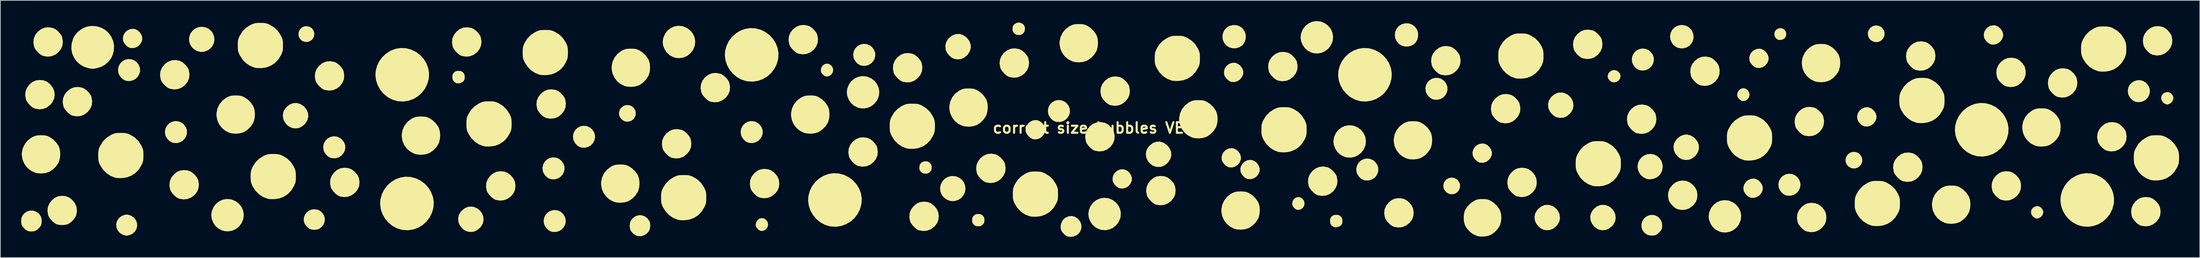
<source format=kicad_pcb>
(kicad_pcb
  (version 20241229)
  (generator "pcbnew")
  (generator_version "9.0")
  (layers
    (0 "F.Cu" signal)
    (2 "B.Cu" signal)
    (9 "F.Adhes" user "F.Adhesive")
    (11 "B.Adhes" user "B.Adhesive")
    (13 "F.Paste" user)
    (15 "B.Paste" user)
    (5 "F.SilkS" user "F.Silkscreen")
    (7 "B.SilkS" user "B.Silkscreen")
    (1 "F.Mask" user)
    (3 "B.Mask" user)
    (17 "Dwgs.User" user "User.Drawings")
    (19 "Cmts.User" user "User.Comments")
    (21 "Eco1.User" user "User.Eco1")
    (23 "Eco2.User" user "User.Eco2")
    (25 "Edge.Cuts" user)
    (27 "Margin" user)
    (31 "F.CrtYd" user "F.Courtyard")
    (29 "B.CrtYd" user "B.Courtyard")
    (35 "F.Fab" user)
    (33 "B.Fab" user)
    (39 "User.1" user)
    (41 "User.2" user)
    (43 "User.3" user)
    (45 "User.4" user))
  (footprint "correct size bubbles VER2"
    (layer "F.Cu")
    (at 155.622 15.469)
    (property "Reference" "correct size bubbles VER2" (at 0 0 0) (layer "F.SilkS") (effects (font (size 1.524 1.524) (thickness 0.3))))
    (attr through_hole)
    (fp_poly (pts (xy 98.808 -14.364) (xy 99.037 -14.201) (xy 99.227 -13.905) (xy 99.285 -13.562) (xy 99.212 -13.226) (xy 99.055 -12.996) (xy 98.784 -12.819) (xy 98.456 -12.733) (xy 98.145 -12.755) (xy 98.086 -12.776) (xy 97.798 -12.983) (xy 97.622 -13.278) (xy 97.567 -13.617) (xy 97.642 -13.952) (xy 97.813 -14.201) (xy 98.117 -14.395) (xy 98.465 -14.45) (xy 98.808 -14.364)) (stroke (width 0.01) (type solid)) (fill yes) (layer "F.SilkS"))
    (fp_poly (pts (xy -48.304 13.117) (xy -48.019 13.325) (xy -47.823 13.625) (xy -47.752 13.97) (xy -47.826 14.323) (xy -48.025 14.622) (xy -48.312 14.827) (xy -48.641 14.901) (xy -48.889 14.866) (xy -49.109 14.736) (xy -49.242 14.613) (xy -49.431 14.392) (xy -49.514 14.182) (xy -49.53 13.97) (xy -49.456 13.617) (xy -49.257 13.318) (xy -48.97 13.113) (xy -48.641 13.039) (xy -48.304 13.117)) (stroke (width 0.01) (type solid)) (fill yes) (layer "F.SilkS"))
    (fp_poly (pts (xy -38.906 -9.235) (xy -38.621 -9.027) (xy -38.425 -8.727) (xy -38.354 -8.382) (xy -38.428 -8.029) (xy -38.627 -7.73) (xy -38.914 -7.525) (xy -39.243 -7.451) (xy -39.491 -7.486) (xy -39.711 -7.616) (xy -39.844 -7.739) (xy -40.033 -7.96) (xy -40.117 -8.17) (xy -40.132 -8.382) (xy -40.058 -8.735) (xy -39.859 -9.034) (xy -39.572 -9.239) (xy -39.243 -9.313) (xy -38.906 -9.235)) (stroke (width 0.01) (type solid)) (fill yes) (layer "F.SilkS"))
    (fp_poly (pts (xy 29.166 10.069) (xy 29.451 10.277) (xy 29.647 10.577) (xy 29.718 10.922) (xy 29.644 11.275) (xy 29.445 11.574) (xy 29.158 11.779) (xy 28.829 11.853) (xy 28.581 11.818) (xy 28.361 11.688) (xy 28.228 11.565) (xy 28.039 11.344) (xy 27.956 11.134) (xy 27.94 10.922) (xy 28.014 10.569) (xy 28.213 10.27) (xy 28.5 10.065) (xy 28.829 9.991) (xy 29.166 10.069)) (stroke (width 0.01) (type solid)) (fill yes) (layer "F.SilkS"))
    (fp_poly (pts (xy 74.775 -8.308) (xy 75.074 -8.109) (xy 75.279 -7.822) (xy 75.353 -7.493) (xy 75.275 -7.156) (xy 75.067 -6.871) (xy 74.767 -6.675) (xy 74.422 -6.604) (xy 74.163 -6.63) (xy 73.957 -6.733) (xy 73.779 -6.892) (xy 73.583 -7.126) (xy 73.5 -7.35) (xy 73.491 -7.493) (xy 73.569 -7.83) (xy 73.777 -8.115) (xy 74.077 -8.311) (xy 74.422 -8.382) (xy 74.775 -8.308)) (stroke (width 0.01) (type solid)) (fill yes) (layer "F.SilkS"))
    (fp_poly (pts (xy 93.428 -5.679) (xy 93.713 -5.471) (xy 93.909 -5.171) (xy 93.98 -4.826) (xy 93.906 -4.473) (xy 93.707 -4.174) (xy 93.42 -3.969) (xy 93.091 -3.895) (xy 92.843 -3.93) (xy 92.623 -4.06) (xy 92.49 -4.183) (xy 92.301 -4.404) (xy 92.218 -4.614) (xy 92.202 -4.826) (xy 92.276 -5.179) (xy 92.475 -5.478) (xy 92.762 -5.683) (xy 93.091 -5.757) (xy 93.428 -5.679)) (stroke (width 0.01) (type solid)) (fill yes) (layer "F.SilkS"))
    (fp_poly (pts (xy -114.005 -14.655) (xy -113.657 -14.443) (xy -113.41 -14.121) (xy -113.291 -13.718) (xy -113.285 -13.589) (xy -113.359 -13.178) (xy -113.561 -12.842) (xy -113.859 -12.597) (xy -114.221 -12.462) (xy -114.613 -12.455) (xy -115.005 -12.593) (xy -115.037 -12.612) (xy -115.344 -12.883) (xy -115.52 -13.216) (xy -115.572 -13.578) (xy -115.511 -13.939) (xy -115.345 -14.266) (xy -115.084 -14.528) (xy -114.736 -14.692) (xy -114.427 -14.732) (xy -114.005 -14.655)) (stroke (width 0.01) (type solid)) (fill yes) (layer "F.SilkS"))
    (fp_poly (pts (xy -67.788 -3.287) (xy -67.422 -3.132) (xy -67.121 -2.862) (xy -66.919 -2.487) (xy -66.901 -2.426) (xy -66.861 -2.003) (xy -66.964 -1.616) (xy -67.184 -1.291) (xy -67.494 -1.052) (xy -67.868 -0.924) (xy -68.281 -0.93) (xy -68.453 -0.976) (xy -68.837 -1.188) (xy -69.107 -1.496) (xy -69.256 -1.865) (xy -69.275 -2.263) (xy -69.156 -2.653) (xy -68.925 -2.97) (xy -68.574 -3.215) (xy -68.183 -3.318) (xy -67.788 -3.287)) (stroke (width 0.01) (type solid)) (fill yes) (layer "F.SilkS"))
    (fp_poly (pts (xy 51.294 7.219) (xy 51.678 7.405) (xy 51.823 7.529) (xy 52.071 7.876) (xy 52.175 8.25) (xy 52.154 8.624) (xy 52.021 8.971) (xy 51.795 9.265) (xy 51.492 9.479) (xy 51.128 9.586) (xy 50.719 9.561) (xy 50.588 9.523) (xy 50.205 9.311) (xy 49.935 9.003) (xy 49.786 8.633) (xy 49.767 8.236) (xy 49.885 7.845) (xy 50.116 7.529) (xy 50.474 7.281) (xy 50.88 7.178) (xy 51.294 7.219)) (stroke (width 0.01) (type solid)) (fill yes) (layer "F.SilkS"))
    (fp_poly (pts (xy 109.335 3.487) (xy 109.701 3.642) (xy 110.002 3.912) (xy 110.203 4.287) (xy 110.222 4.347) (xy 110.261 4.771) (xy 110.158 5.157) (xy 109.939 5.482) (xy 109.629 5.721) (xy 109.254 5.85) (xy 108.842 5.844) (xy 108.67 5.797) (xy 108.286 5.586) (xy 108.016 5.278) (xy 107.867 4.908) (xy 107.848 4.511) (xy 107.967 4.12) (xy 108.197 3.803) (xy 108.549 3.558) (xy 108.939 3.456) (xy 109.335 3.487)) (stroke (width 0.01) (type solid)) (fill yes) (layer "F.SilkS"))
    (fp_poly (pts (xy 112.593 -14.795) (xy 112.976 -14.609) (xy 113.121 -14.485) (xy 113.369 -14.137) (xy 113.474 -13.763) (xy 113.452 -13.389) (xy 113.32 -13.042) (xy 113.094 -12.748) (xy 112.791 -12.534) (xy 112.426 -12.427) (xy 112.017 -12.452) (xy 111.887 -12.491) (xy 111.503 -12.702) (xy 111.233 -13.01) (xy 111.084 -13.38) (xy 111.065 -13.777) (xy 111.184 -14.168) (xy 111.415 -14.485) (xy 111.773 -14.732) (xy 112.178 -14.836) (xy 112.593 -14.795)) (stroke (width 0.01) (type solid)) (fill yes) (layer "F.SilkS"))
    (fp_poly (pts (xy 135.777 11.35) (xy 136.055 11.516) (xy 136.275 11.782) (xy 136.39 12.085) (xy 136.398 12.175) (xy 136.322 12.507) (xy 136.123 12.805) (xy 135.845 13.003) (xy 135.845 13.003) (xy 135.622 13.089) (xy 135.471 13.11) (xy 135.304 13.063) (xy 135.155 12.999) (xy 134.895 12.808) (xy 134.702 12.521) (xy 134.62 12.21) (xy 134.62 12.192) (xy 134.696 11.849) (xy 134.898 11.569) (xy 135.187 11.379) (xy 135.525 11.31) (xy 135.777 11.35)) (stroke (width 0.01) (type solid)) (fill yes) (layer "F.SilkS"))
    (fp_poly (pts (xy 154.573 -5.16) (xy 154.851 -4.994) (xy 155.071 -4.728) (xy 155.186 -4.425) (xy 155.194 -4.335) (xy 155.118 -4.003) (xy 154.919 -3.705) (xy 154.641 -3.507) (xy 154.641 -3.507) (xy 154.418 -3.421) (xy 154.267 -3.4) (xy 154.1 -3.447) (xy 153.951 -3.511) (xy 153.691 -3.702) (xy 153.498 -3.989) (xy 153.416 -4.3) (xy 153.416 -4.318) (xy 153.492 -4.661) (xy 153.694 -4.941) (xy 153.983 -5.131) (xy 154.321 -5.2) (xy 154.573 -5.16)) (stroke (width 0.01) (type solid)) (fill yes) (layer "F.SilkS"))
    (fp_poly (pts (xy -92.166 -8.235) (xy -91.966 -8.158) (xy -91.802 -8.02) (xy -91.651 -7.834) (xy -91.582 -7.627) (xy -91.567 -7.366) (xy -91.588 -7.073) (xy -91.666 -6.871) (xy -91.787 -6.727) (xy -92.057 -6.553) (xy -92.396 -6.464) (xy -92.727 -6.475) (xy -92.837 -6.51) (xy -93.135 -6.72) (xy -93.303 -7.034) (xy -93.345 -7.373) (xy -93.324 -7.662) (xy -93.243 -7.864) (xy -93.11 -8.02) (xy -92.924 -8.171) (xy -92.717 -8.24) (xy -92.456 -8.255) (xy -92.166 -8.235)) (stroke (width 0.01) (type solid)) (fill yes) (layer "F.SilkS"))
    (fp_poly (pts (xy -24.734 4.85) (xy -24.528 4.942) (xy -24.377 5.073) (xy -24.213 5.275) (xy -24.142 5.494) (xy -24.13 5.715) (xy -24.154 6) (xy -24.246 6.206) (xy -24.377 6.357) (xy -24.579 6.521) (xy -24.798 6.592) (xy -25.019 6.604) (xy -25.304 6.58) (xy -25.51 6.488) (xy -25.661 6.357) (xy -25.825 6.155) (xy -25.896 5.936) (xy -25.908 5.715) (xy -25.84 5.321) (xy -25.645 5.034) (xy -25.333 4.867) (xy -25.019 4.826) (xy -24.734 4.85)) (stroke (width 0.01) (type solid)) (fill yes) (layer "F.SilkS"))
    (fp_poly (pts (xy -11.176 -15.175) (xy -10.915 -14.993) (xy -10.751 -14.791) (xy -10.68 -14.572) (xy -10.668 -14.351) (xy -10.692 -14.066) (xy -10.784 -13.86) (xy -10.915 -13.709) (xy -11.117 -13.545) (xy -11.336 -13.474) (xy -11.557 -13.462) (xy -11.842 -13.486) (xy -12.048 -13.578) (xy -12.199 -13.709) (xy -12.363 -13.911) (xy -12.434 -14.13) (xy -12.446 -14.351) (xy -12.422 -14.636) (xy -12.33 -14.842) (xy -12.199 -14.993) (xy -11.885 -15.197) (xy -11.529 -15.258) (xy -11.176 -15.175)) (stroke (width 0.01) (type solid)) (fill yes) (layer "F.SilkS"))
    (fp_poly (pts (xy 34.58 12.593) (xy 34.78 12.67) (xy 34.944 12.808) (xy 35.095 12.994) (xy 35.164 13.201) (xy 35.179 13.462) (xy 35.158 13.755) (xy 35.08 13.957) (xy 34.959 14.101) (xy 34.689 14.275) (xy 34.35 14.364) (xy 34.019 14.353) (xy 33.909 14.318) (xy 33.611 14.108) (xy 33.443 13.794) (xy 33.401 13.455) (xy 33.422 13.166) (xy 33.503 12.964) (xy 33.636 12.808) (xy 33.822 12.657) (xy 34.029 12.588) (xy 34.29 12.573) (xy 34.58 12.593)) (stroke (width 0.01) (type solid)) (fill yes) (layer "F.SilkS"))
    (fp_poly (pts (xy -139.191 -14.309) (xy -138.817 -14.134) (xy -138.498 -13.848) (xy -138.261 -13.491) (xy -138.134 -13.104) (xy -138.142 -12.725) (xy -138.142 -12.724) (xy -138.322 -12.282) (xy -138.615 -11.928) (xy -138.99 -11.681) (xy -139.416 -11.561) (xy -139.862 -11.588) (xy -139.932 -11.607) (xy -140.252 -11.773) (xy -140.555 -12.049) (xy -140.79 -12.382) (xy -140.885 -12.615) (xy -140.924 -13.053) (xy -140.819 -13.466) (xy -140.596 -13.828) (xy -140.28 -14.113) (xy -139.896 -14.296) (xy -139.471 -14.351) (xy -139.191 -14.309)) (stroke (width 0.01) (type solid)) (fill yes) (layer "F.SilkS"))
    (fp_poly (pts (xy -112.831 11.82) (xy -112.459 11.992) (xy -112.168 12.248) (xy -111.896 12.646) (xy -111.772 13.083) (xy -111.79 13.53) (xy -111.945 13.956) (xy -112.23 14.33) (xy -112.624 14.613) (xy -112.931 14.706) (xy -113.311 14.73) (xy -113.689 14.688) (xy -113.99 14.582) (xy -114.004 14.574) (xy -114.41 14.239) (xy -114.679 13.841) (xy -114.806 13.407) (xy -114.786 12.961) (xy -114.615 12.53) (xy -114.4 12.248) (xy -114.052 11.956) (xy -113.672 11.805) (xy -113.284 11.769) (xy -112.831 11.82)) (stroke (width 0.01) (type solid)) (fill yes) (layer "F.SilkS"))
    (fp_poly (pts (xy -8.805 -1.101) (xy -8.43 -0.926) (xy -8.111 -0.64) (xy -7.875 -0.283) (xy -7.747 0.104) (xy -7.755 0.483) (xy -7.755 0.484) (xy -7.935 0.926) (xy -8.228 1.28) (xy -8.603 1.527) (xy -9.029 1.647) (xy -9.475 1.62) (xy -9.546 1.601) (xy -9.865 1.435) (xy -10.168 1.159) (xy -10.403 0.826) (xy -10.499 0.593) (xy -10.537 0.155) (xy -10.432 -0.258) (xy -10.209 -0.62) (xy -9.893 -0.905) (xy -9.509 -1.088) (xy -9.084 -1.143) (xy -8.805 -1.101)) (stroke (width 0.01) (type solid)) (fill yes) (layer "F.SilkS"))
    (fp_poly (pts (xy 3.726 6.011) (xy 4.101 6.186) (xy 4.42 6.472) (xy 4.656 6.829) (xy 4.783 7.216) (xy 4.775 7.595) (xy 4.775 7.596) (xy 4.595 8.038) (xy 4.302 8.392) (xy 3.927 8.639) (xy 3.502 8.759) (xy 3.056 8.732) (xy 2.985 8.713) (xy 2.666 8.547) (xy 2.363 8.271) (xy 2.128 7.938) (xy 2.032 7.705) (xy 1.993 7.267) (xy 2.098 6.854) (xy 2.322 6.492) (xy 2.638 6.207) (xy 3.021 6.024) (xy 3.447 5.969) (xy 3.726 6.011)) (stroke (width 0.01) (type solid)) (fill yes) (layer "F.SilkS"))
    (fp_poly (pts (xy 19.474 2.963) (xy 19.849 3.138) (xy 20.168 3.424) (xy 20.404 3.781) (xy 20.531 4.168) (xy 20.523 4.547) (xy 20.523 4.548) (xy 20.343 4.99) (xy 20.05 5.344) (xy 19.675 5.591) (xy 19.25 5.711) (xy 18.804 5.684) (xy 18.733 5.665) (xy 18.414 5.499) (xy 18.111 5.223) (xy 17.876 4.89) (xy 17.78 4.657) (xy 17.741 4.219) (xy 17.846 3.806) (xy 18.07 3.444) (xy 18.386 3.159) (xy 18.769 2.976) (xy 19.195 2.921) (xy 19.474 2.963)) (stroke (width 0.01) (type solid)) (fill yes) (layer "F.SilkS"))
    (fp_poly (pts (xy 19.813 -9.398) (xy 20.187 -9.223) (xy 20.506 -8.937) (xy 20.743 -8.581) (xy 20.87 -8.193) (xy 20.862 -7.815) (xy 20.862 -7.814) (xy 20.682 -7.372) (xy 20.389 -7.017) (xy 20.014 -6.771) (xy 19.588 -6.651) (xy 19.142 -6.677) (xy 19.072 -6.696) (xy 18.752 -6.862) (xy 18.449 -7.139) (xy 18.214 -7.471) (xy 18.119 -7.704) (xy 18.08 -8.143) (xy 18.185 -8.556) (xy 18.408 -8.917) (xy 18.724 -9.202) (xy 19.108 -9.385) (xy 19.533 -9.44) (xy 19.813 -9.398)) (stroke (width 0.01) (type solid)) (fill yes) (layer "F.SilkS"))
    (fp_poly (pts (xy 22.183 4.657) (xy 22.558 4.832) (xy 22.877 5.117) (xy 23.113 5.474) (xy 23.241 5.862) (xy 23.233 6.24) (xy 23.233 6.241) (xy 23.053 6.683) (xy 22.76 7.037) (xy 22.385 7.284) (xy 21.959 7.404) (xy 21.513 7.378) (xy 21.442 7.359) (xy 21.123 7.193) (xy 20.82 6.916) (xy 20.585 6.584) (xy 20.489 6.351) (xy 20.451 5.912) (xy 20.556 5.499) (xy 20.779 5.137) (xy 21.095 4.852) (xy 21.479 4.669) (xy 21.904 4.614) (xy 22.183 4.657)) (stroke (width 0.01) (type solid)) (fill yes) (layer "F.SilkS"))
    (fp_poly (pts (xy 55.711 2.286) (xy 56.086 2.461) (xy 56.405 2.747) (xy 56.641 3.103) (xy 56.769 3.491) (xy 56.761 3.869) (xy 56.761 3.87) (xy 56.581 4.312) (xy 56.288 4.667) (xy 55.913 4.913) (xy 55.487 5.033) (xy 55.041 5.007) (xy 54.97 4.988) (xy 54.651 4.822) (xy 54.348 4.545) (xy 54.113 4.213) (xy 54.017 3.98) (xy 53.979 3.541) (xy 54.084 3.128) (xy 54.307 2.767) (xy 54.623 2.482) (xy 55.007 2.299) (xy 55.432 2.244) (xy 55.711 2.286)) (stroke (width 0.01) (type solid)) (fill yes) (layer "F.SilkS"))
    (fp_poly (pts (xy 94.827 7.366) (xy 95.202 7.541) (xy 95.521 7.827) (xy 95.757 8.183) (xy 95.885 8.571) (xy 95.877 8.949) (xy 95.877 8.95) (xy 95.697 9.392) (xy 95.404 9.747) (xy 95.029 9.993) (xy 94.603 10.113) (xy 94.157 10.087) (xy 94.086 10.068) (xy 93.767 9.902) (xy 93.464 9.625) (xy 93.229 9.293) (xy 93.133 9.06) (xy 93.095 8.621) (xy 93.2 8.208) (xy 93.423 7.847) (xy 93.739 7.562) (xy 94.123 7.379) (xy 94.548 7.324) (xy 94.827 7.366)) (stroke (width 0.01) (type solid)) (fill yes) (layer "F.SilkS"))
    (fp_poly (pts (xy 95.674 -11.43) (xy 96.049 -11.255) (xy 96.368 -10.969) (xy 96.604 -10.613) (xy 96.731 -10.225) (xy 96.723 -9.847) (xy 96.723 -9.846) (xy 96.543 -9.404) (xy 96.25 -9.049) (xy 95.875 -8.803) (xy 95.45 -8.683) (xy 95.004 -8.709) (xy 94.933 -8.728) (xy 94.614 -8.894) (xy 94.311 -9.171) (xy 94.076 -9.503) (xy 93.98 -9.736) (xy 93.941 -10.175) (xy 94.046 -10.588) (xy 94.27 -10.949) (xy 94.586 -11.234) (xy 94.969 -11.417) (xy 95.395 -11.472) (xy 95.674 -11.43)) (stroke (width 0.01) (type solid)) (fill yes) (layer "F.SilkS"))
    (fp_poly (pts (xy 111.253 -2.963) (xy 111.627 -2.788) (xy 111.946 -2.503) (xy 112.183 -2.146) (xy 112.31 -1.758) (xy 112.302 -1.38) (xy 112.302 -1.379) (xy 112.122 -0.937) (xy 111.829 -0.583) (xy 111.454 -0.336) (xy 111.028 -0.216) (xy 110.582 -0.242) (xy 110.512 -0.261) (xy 110.192 -0.427) (xy 109.889 -0.704) (xy 109.654 -1.036) (xy 109.559 -1.269) (xy 109.52 -1.708) (xy 109.625 -2.121) (xy 109.848 -2.483) (xy 110.164 -2.768) (xy 110.548 -2.951) (xy 110.973 -3.006) (xy 111.253 -2.963)) (stroke (width 0.01) (type solid)) (fill yes) (layer "F.SilkS"))
    (fp_poly (pts (xy 129.541 -14.817) (xy 129.915 -14.642) (xy 130.234 -14.356) (xy 130.471 -13.999) (xy 130.598 -13.612) (xy 130.59 -13.233) (xy 130.59 -13.232) (xy 130.41 -12.79) (xy 130.117 -12.436) (xy 129.742 -12.189) (xy 129.316 -12.069) (xy 128.87 -12.096) (xy 128.8 -12.115) (xy 128.48 -12.281) (xy 128.177 -12.557) (xy 127.942 -12.89) (xy 127.847 -13.123) (xy 127.808 -13.561) (xy 127.913 -13.974) (xy 128.136 -14.336) (xy 128.452 -14.621) (xy 128.836 -14.804) (xy 129.261 -14.859) (xy 129.541 -14.817)) (stroke (width 0.01) (type solid)) (fill yes) (layer "F.SilkS"))
    (fp_poly (pts (xy -139.649 -9.923) (xy -139.637 -9.92) (xy -139.194 -9.721) (xy -138.921 -9.5) (xy -138.62 -9.1) (xy -138.468 -8.673) (xy -138.449 -8.242) (xy -138.549 -7.829) (xy -138.753 -7.456) (xy -139.049 -7.145) (xy -139.42 -6.92) (xy -139.854 -6.801) (xy -140.335 -6.811) (xy -140.603 -6.877) (xy -140.933 -7.058) (xy -141.239 -7.356) (xy -141.477 -7.721) (xy -141.576 -7.98) (xy -141.628 -8.47) (xy -141.533 -8.927) (xy -141.314 -9.328) (xy -140.994 -9.65) (xy -140.595 -9.872) (xy -140.139 -9.97) (xy -139.649 -9.923)) (stroke (width 0.01) (type solid)) (fill yes) (layer "F.SilkS"))
    (fp_poly (pts (xy -132.876 -0.948) (xy -132.863 -0.945) (xy -132.421 -0.746) (xy -132.147 -0.525) (xy -131.847 -0.125) (xy -131.694 0.301) (xy -131.675 0.732) (xy -131.775 1.146) (xy -131.98 1.519) (xy -132.275 1.829) (xy -132.647 2.055) (xy -133.08 2.174) (xy -133.561 2.163) (xy -133.83 2.098) (xy -134.16 1.917) (xy -134.466 1.618) (xy -134.703 1.253) (xy -134.802 0.995) (xy -134.854 0.505) (xy -134.76 0.048) (xy -134.541 -0.353) (xy -134.221 -0.675) (xy -133.822 -0.897) (xy -133.366 -0.996) (xy -132.876 -0.948)) (stroke (width 0.01) (type solid)) (fill yes) (layer "F.SilkS"))
    (fp_poly (pts (xy -128.941 -14.541) (xy -128.496 -14.319) (xy -128.117 -13.97) (xy -127.957 -13.738) (xy -127.754 -13.239) (xy -127.707 -12.726) (xy -127.809 -12.23) (xy -128.05 -11.778) (xy -128.424 -11.4) (xy -128.634 -11.261) (xy -129.149 -11.047) (xy -129.659 -11.002) (xy -130.171 -11.126) (xy -130.446 -11.261) (xy -130.877 -11.597) (xy -131.179 -12.019) (xy -131.345 -12.499) (xy -131.366 -13.008) (xy -131.234 -13.516) (xy -131.123 -13.738) (xy -130.791 -14.154) (xy -130.377 -14.442) (xy -129.911 -14.603) (xy -129.422 -14.636) (xy -128.941 -14.541)) (stroke (width 0.01) (type solid)) (fill yes) (layer "F.SilkS"))
    (fp_poly (pts (xy -110.016 1.253) (xy -110.003 1.256) (xy -109.561 1.455) (xy -109.287 1.676) (xy -108.987 2.076) (xy -108.834 2.503) (xy -108.815 2.934) (xy -108.915 3.347) (xy -109.12 3.72) (xy -109.415 4.031) (xy -109.787 4.256) (xy -110.22 4.375) (xy -110.701 4.365) (xy -110.97 4.299) (xy -111.3 4.118) (xy -111.606 3.82) (xy -111.843 3.455) (xy -111.942 3.196) (xy -111.994 2.706) (xy -111.9 2.249) (xy -111.681 1.848) (xy -111.361 1.526) (xy -110.962 1.304) (xy -110.506 1.206) (xy -110.016 1.253)) (stroke (width 0.01) (type solid)) (fill yes) (layer "F.SilkS"))
    (fp_poly (pts (xy -78.35 4.301) (xy -78.338 4.304) (xy -77.895 4.503) (xy -77.622 4.724) (xy -77.322 5.124) (xy -77.169 5.551) (xy -77.15 5.982) (xy -77.25 6.395) (xy -77.455 6.768) (xy -77.75 7.079) (xy -78.122 7.304) (xy -78.555 7.423) (xy -79.036 7.413) (xy -79.304 7.347) (xy -79.635 7.166) (xy -79.941 6.868) (xy -80.178 6.503) (xy -80.277 6.244) (xy -80.329 5.754) (xy -80.234 5.297) (xy -80.016 4.896) (xy -79.696 4.574) (xy -79.296 4.352) (xy -78.84 4.254) (xy -78.35 4.301)) (stroke (width 0.01) (type solid)) (fill yes) (layer "F.SilkS"))
    (fp_poly (pts (xy -78.181 11.921) (xy -78.168 11.924) (xy -77.726 12.123) (xy -77.453 12.344) (xy -77.152 12.744) (xy -77 13.171) (xy -76.981 13.602) (xy -77.081 14.015) (xy -77.285 14.388) (xy -77.581 14.699) (xy -77.952 14.924) (xy -78.386 15.043) (xy -78.867 15.033) (xy -79.135 14.967) (xy -79.465 14.786) (xy -79.771 14.488) (xy -80.009 14.123) (xy -80.108 13.864) (xy -80.16 13.374) (xy -80.065 12.917) (xy -79.846 12.516) (xy -79.526 12.194) (xy -79.127 11.972) (xy -78.671 11.874) (xy -78.181 11.921)) (stroke (width 0.01) (type solid)) (fill yes) (layer "F.SilkS"))
    (fp_poly (pts (xy -73.948 -0.271) (xy -73.935 -0.268) (xy -73.493 -0.069) (xy -73.219 0.152) (xy -72.919 0.552) (xy -72.766 0.979) (xy -72.747 1.41) (xy -72.847 1.823) (xy -73.052 2.196) (xy -73.347 2.507) (xy -73.719 2.732) (xy -74.152 2.851) (xy -74.633 2.841) (xy -74.902 2.775) (xy -75.232 2.594) (xy -75.538 2.296) (xy -75.775 1.931) (xy -75.874 1.672) (xy -75.926 1.182) (xy -75.832 0.725) (xy -75.613 0.324) (xy -75.293 0.002) (xy -74.894 -0.22) (xy -74.438 -0.318) (xy -73.948 -0.271)) (stroke (width 0.01) (type solid)) (fill yes) (layer "F.SilkS"))
    (fp_poly (pts (xy -49.733 -0.948) (xy -49.721 -0.945) (xy -49.278 -0.746) (xy -49.005 -0.525) (xy -48.704 -0.125) (xy -48.552 0.301) (xy -48.533 0.732) (xy -48.633 1.146) (xy -48.837 1.519) (xy -49.133 1.829) (xy -49.504 2.055) (xy -49.938 2.174) (xy -50.419 2.163) (xy -50.687 2.098) (xy -51.017 1.917) (xy -51.323 1.618) (xy -51.561 1.253) (xy -51.66 0.995) (xy -51.712 0.505) (xy -51.617 0.048) (xy -51.398 -0.353) (xy -51.078 -0.675) (xy -50.679 -0.897) (xy -50.223 -0.996) (xy -49.733 -0.948)) (stroke (width 0.01) (type solid)) (fill yes) (layer "F.SilkS"))
    (fp_poly (pts (xy -33.477 -12.124) (xy -33.465 -12.121) (xy -33.022 -11.922) (xy -32.749 -11.701) (xy -32.448 -11.301) (xy -32.296 -10.875) (xy -32.277 -10.444) (xy -32.377 -10.03) (xy -32.581 -9.657) (xy -32.877 -9.347) (xy -33.248 -9.121) (xy -33.682 -9.002) (xy -34.163 -9.013) (xy -34.431 -9.078) (xy -34.761 -9.259) (xy -35.067 -9.558) (xy -35.305 -9.923) (xy -35.404 -10.181) (xy -35.456 -10.671) (xy -35.361 -11.128) (xy -35.142 -11.529) (xy -34.822 -11.851) (xy -34.423 -12.073) (xy -33.967 -12.172) (xy -33.477 -12.124)) (stroke (width 0.01) (type solid)) (fill yes) (layer "F.SilkS"))
    (fp_poly (pts (xy -17.114 12.47) (xy -16.908 12.562) (xy -16.757 12.693) (xy -16.593 12.895) (xy -16.522 13.114) (xy -16.51 13.335) (xy -16.534 13.62) (xy -16.626 13.826) (xy -16.757 13.977) (xy -16.959 14.141) (xy -17.178 14.212) (xy -17.399 14.224) (xy -17.684 14.2) (xy -17.89 14.108) (xy -18.041 13.977) (xy -18.205 13.775) (xy -18.276 13.556) (xy -18.288 13.335) (xy -18.264 13.05) (xy -18.172 12.844) (xy -18.041 12.693) (xy -17.839 12.529) (xy -17.62 12.458) (xy -17.399 12.446) (xy -17.114 12.47)) (stroke (width 0.01) (type solid)) (fill yes) (layer "F.SilkS"))
    (fp_poly (pts (xy -5.368 -3.996) (xy -5.355 -3.993) (xy -4.913 -3.794) (xy -4.639 -3.573) (xy -4.339 -3.173) (xy -4.186 -2.747) (xy -4.167 -2.316) (xy -4.267 -1.902) (xy -4.472 -1.529) (xy -4.767 -1.219) (xy -5.139 -0.993) (xy -5.572 -0.874) (xy -6.053 -0.885) (xy -6.322 -0.95) (xy -6.652 -1.131) (xy -6.958 -1.43) (xy -7.195 -1.795) (xy -7.294 -2.053) (xy -7.346 -2.543) (xy -7.252 -3) (xy -7.033 -3.401) (xy -6.713 -3.723) (xy -6.314 -3.945) (xy -5.858 -4.044) (xy -5.368 -3.996)) (stroke (width 0.01) (type solid)) (fill yes) (layer "F.SilkS"))
    (fp_poly (pts (xy 19.902 -14.868) (xy 20.366 -14.699) (xy 20.764 -14.401) (xy 21.062 -13.987) (xy 21.091 -13.928) (xy 21.223 -13.461) (xy 21.221 -12.966) (xy 21.093 -12.492) (xy 20.849 -12.085) (xy 20.732 -11.963) (xy 20.315 -11.689) (xy 19.829 -11.545) (xy 19.32 -11.538) (xy 18.838 -11.675) (xy 18.414 -11.953) (xy 18.11 -12.319) (xy 17.928 -12.744) (xy 17.866 -13.198) (xy 17.924 -13.653) (xy 18.102 -14.08) (xy 18.397 -14.449) (xy 18.811 -14.73) (xy 18.9 -14.77) (xy 19.403 -14.896) (xy 19.902 -14.868)) (stroke (width 0.01) (type solid)) (fill yes) (layer "F.SilkS"))
    (fp_poly (pts (xy 39.167 4.47) (xy 39.179 4.474) (xy 39.622 4.673) (xy 39.895 4.893) (xy 40.196 5.293) (xy 40.348 5.72) (xy 40.367 6.151) (xy 40.267 6.564) (xy 40.063 6.937) (xy 39.767 7.248) (xy 39.396 7.474) (xy 38.962 7.592) (xy 38.481 7.582) (xy 38.213 7.517) (xy 37.883 7.336) (xy 37.577 7.037) (xy 37.339 6.672) (xy 37.24 6.413) (xy 37.188 5.923) (xy 37.283 5.467) (xy 37.502 5.066) (xy 37.822 4.743) (xy 38.221 4.521) (xy 38.677 4.423) (xy 39.167 4.47)) (stroke (width 0.01) (type solid)) (fill yes) (layer "F.SilkS"))
    (fp_poly (pts (xy 44.794 -15.122) (xy 45.258 -14.953) (xy 45.656 -14.655) (xy 45.954 -14.241) (xy 45.983 -14.182) (xy 46.115 -13.715) (xy 46.113 -13.22) (xy 45.985 -12.746) (xy 45.741 -12.339) (xy 45.624 -12.217) (xy 45.207 -11.943) (xy 44.721 -11.799) (xy 44.212 -11.792) (xy 43.73 -11.929) (xy 43.306 -12.207) (xy 43.002 -12.573) (xy 42.82 -12.998) (xy 42.758 -13.452) (xy 42.816 -13.907) (xy 42.994 -14.334) (xy 43.289 -14.703) (xy 43.703 -14.984) (xy 43.792 -15.024) (xy 44.295 -15.15) (xy 44.794 -15.122)) (stroke (width 0.01) (type solid)) (fill yes) (layer "F.SilkS"))
    (fp_poly (pts (xy 49.409 -7.125) (xy 49.813 -6.86) (xy 49.886 -6.791) (xy 50.186 -6.391) (xy 50.339 -5.964) (xy 50.358 -5.533) (xy 50.258 -5.12) (xy 50.053 -4.747) (xy 49.758 -4.436) (xy 49.386 -4.21) (xy 48.953 -4.092) (xy 48.472 -4.102) (xy 48.204 -4.167) (xy 47.873 -4.348) (xy 47.567 -4.647) (xy 47.33 -5.012) (xy 47.231 -5.271) (xy 47.175 -5.76) (xy 47.261 -6.204) (xy 47.465 -6.588) (xy 47.763 -6.898) (xy 48.13 -7.121) (xy 48.543 -7.242) (xy 48.977 -7.248) (xy 49.409 -7.125)) (stroke (width 0.01) (type solid)) (fill yes) (layer "F.SilkS"))
    (fp_poly (pts (xy 78.96 -11.447) (xy 78.973 -11.444) (xy 79.415 -11.245) (xy 79.689 -11.024) (xy 79.989 -10.624) (xy 80.142 -10.197) (xy 80.161 -9.766) (xy 80.061 -9.353) (xy 79.856 -8.98) (xy 79.561 -8.669) (xy 79.189 -8.444) (xy 78.756 -8.325) (xy 78.275 -8.335) (xy 78.006 -8.401) (xy 77.676 -8.582) (xy 77.37 -8.88) (xy 77.133 -9.245) (xy 77.034 -9.504) (xy 76.982 -9.994) (xy 77.076 -10.451) (xy 77.295 -10.852) (xy 77.615 -11.174) (xy 78.014 -11.396) (xy 78.47 -11.494) (xy 78.96 -11.447)) (stroke (width 0.01) (type solid)) (fill yes) (layer "F.SilkS"))
    (fp_poly (pts (xy 84.731 -14.824) (xy 85.186 -14.595) (xy 85.556 -14.222) (xy 85.639 -14.099) (xy 85.845 -13.625) (xy 85.899 -13.142) (xy 85.817 -12.678) (xy 85.612 -12.258) (xy 85.299 -11.909) (xy 84.893 -11.657) (xy 84.409 -11.527) (xy 84.201 -11.515) (xy 83.677 -11.591) (xy 83.389 -11.712) (xy 82.998 -12.011) (xy 82.763 -12.317) (xy 82.557 -12.791) (xy 82.503 -13.274) (xy 82.585 -13.738) (xy 82.79 -14.158) (xy 83.103 -14.507) (xy 83.509 -14.759) (xy 83.993 -14.889) (xy 84.201 -14.901) (xy 84.731 -14.824)) (stroke (width 0.01) (type solid)) (fill yes) (layer "F.SilkS"))
    (fp_poly (pts (xy 100.127 6.672) (xy 100.139 6.675) (xy 100.582 6.874) (xy 100.855 7.095) (xy 101.156 7.495) (xy 101.308 7.921) (xy 101.327 8.352) (xy 101.227 8.766) (xy 101.023 9.139) (xy 100.727 9.449) (xy 100.356 9.675) (xy 99.922 9.794) (xy 99.441 9.783) (xy 99.173 9.718) (xy 98.843 9.537) (xy 98.537 9.238) (xy 98.299 8.873) (xy 98.2 8.615) (xy 98.148 8.125) (xy 98.243 7.668) (xy 98.462 7.267) (xy 98.782 6.945) (xy 99.181 6.723) (xy 99.637 6.624) (xy 100.127 6.672)) (stroke (width 0.01) (type solid)) (fill yes) (layer "F.SilkS"))
    (fp_poly (pts (xy 150.839 -6.787) (xy 151.244 -6.521) (xy 151.317 -6.452) (xy 151.617 -6.052) (xy 151.77 -5.625) (xy 151.789 -5.194) (xy 151.689 -4.781) (xy 151.484 -4.408) (xy 151.189 -4.097) (xy 150.817 -3.872) (xy 150.384 -3.753) (xy 149.903 -3.763) (xy 149.634 -3.829) (xy 149.304 -4.01) (xy 148.998 -4.308) (xy 148.761 -4.673) (xy 148.662 -4.932) (xy 148.606 -5.422) (xy 148.692 -5.865) (xy 148.896 -6.249) (xy 149.194 -6.559) (xy 149.561 -6.782) (xy 149.974 -6.903) (xy 150.408 -6.91) (xy 150.839 -6.787)) (stroke (width 0.01) (type solid)) (fill yes) (layer "F.SilkS"))
    (fp_poly (pts (xy -115.335 -3.482) (xy -114.869 -3.189) (xy -114.719 -3.052) (xy -114.372 -2.601) (xy -114.185 -2.114) (xy -114.157 -1.614) (xy -114.289 -1.121) (xy -114.58 -0.656) (xy -114.717 -0.506) (xy -115.153 -0.159) (xy -115.615 0.026) (xy -116.124 0.054) (xy -116.539 -0.021) (xy -116.905 -0.192) (xy -117.257 -0.484) (xy -117.55 -0.852) (xy -117.742 -1.249) (xy -117.767 -1.338) (xy -117.827 -1.881) (xy -117.728 -2.373) (xy -117.467 -2.827) (xy -117.267 -3.052) (xy -116.816 -3.4) (xy -116.329 -3.587) (xy -115.829 -3.614) (xy -115.335 -3.482)) (stroke (width 0.01) (type solid)) (fill yes) (layer "F.SilkS"))
    (fp_poly (pts (xy -90.238 11.434) (xy -89.779 11.625) (xy -89.376 11.946) (xy -89.067 12.358) (xy -88.904 12.768) (xy -88.844 13.312) (xy -88.944 13.805) (xy -89.205 14.259) (xy -89.402 14.48) (xy -89.838 14.827) (xy -90.3 15.012) (xy -90.809 15.04) (xy -91.223 14.965) (xy -91.59 14.794) (xy -91.941 14.502) (xy -92.235 14.134) (xy -92.427 13.737) (xy -92.452 13.648) (xy -92.512 13.105) (xy -92.413 12.613) (xy -92.152 12.159) (xy -91.952 11.934) (xy -91.511 11.587) (xy -91.041 11.405) (xy -90.526 11.384) (xy -90.238 11.434)) (stroke (width 0.01) (type solid)) (fill yes) (layer "F.SilkS"))
    (fp_poly (pts (xy -20.551 7.025) (xy -20.068 7.255) (xy -19.668 7.612) (xy -19.499 7.852) (xy -19.3 8.34) (xy -19.253 8.837) (xy -19.342 9.316) (xy -19.552 9.753) (xy -19.87 10.123) (xy -20.279 10.398) (xy -20.766 10.555) (xy -21.082 10.582) (xy -21.439 10.553) (xy -21.756 10.45) (xy -21.988 10.329) (xy -22.397 10.024) (xy -22.665 9.674) (xy -22.864 9.186) (xy -22.911 8.689) (xy -22.822 8.21) (xy -22.612 7.773) (xy -22.294 7.403) (xy -21.885 7.128) (xy -21.398 6.971) (xy -21.082 6.944) (xy -20.551 7.025)) (stroke (width 0.01) (type solid)) (fill yes) (layer "F.SilkS"))
    (fp_poly (pts (xy -19.662 -13.473) (xy -19.196 -13.18) (xy -19.046 -13.043) (xy -18.699 -12.591) (xy -18.511 -12.105) (xy -18.484 -11.605) (xy -18.615 -11.111) (xy -18.907 -10.646) (xy -19.044 -10.497) (xy -19.48 -10.149) (xy -19.942 -9.964) (xy -20.451 -9.936) (xy -20.865 -10.012) (xy -21.232 -10.183) (xy -21.583 -10.475) (xy -21.877 -10.843) (xy -22.069 -11.24) (xy -22.094 -11.329) (xy -22.154 -11.872) (xy -22.055 -12.363) (xy -21.794 -12.818) (xy -21.594 -13.043) (xy -21.142 -13.39) (xy -20.656 -13.578) (xy -20.155 -13.605) (xy -19.662 -13.473)) (stroke (width 0.01) (type solid)) (fill yes) (layer "F.SilkS"))
    (fp_poly (pts (xy -3.45 12.849) (xy -3.03 13.126) (xy -2.953 13.198) (xy -2.662 13.592) (xy -2.517 14.019) (xy -2.508 14.45) (xy -2.623 14.86) (xy -2.851 15.222) (xy -3.181 15.507) (xy -3.6 15.691) (xy -4.039 15.745) (xy -4.32 15.725) (xy -4.551 15.675) (xy -4.614 15.649) (xy -4.897 15.447) (xy -5.173 15.176) (xy -5.373 14.905) (xy -5.384 14.884) (xy -5.501 14.491) (xy -5.487 14.056) (xy -5.356 13.627) (xy -5.122 13.251) (xy -4.845 13.004) (xy -4.374 12.787) (xy -3.904 12.736) (xy -3.45 12.849)) (stroke (width 0.01) (type solid)) (fill yes) (layer "F.SilkS"))
    (fp_poly (pts (xy 9.294 2.106) (xy 9.76 2.399) (xy 9.91 2.536) (xy 10.257 2.987) (xy 10.445 3.474) (xy 10.472 3.974) (xy 10.341 4.467) (xy 10.049 4.932) (xy 9.912 5.082) (xy 9.476 5.429) (xy 9.014 5.614) (xy 8.505 5.642) (xy 8.091 5.567) (xy 7.724 5.396) (xy 7.373 5.104) (xy 7.079 4.736) (xy 6.887 4.339) (xy 6.862 4.25) (xy 6.802 3.707) (xy 6.901 3.215) (xy 7.162 2.761) (xy 7.362 2.536) (xy 7.814 2.188) (xy 8.3 2.001) (xy 8.801 1.974) (xy 9.294 2.106)) (stroke (width 0.01) (type solid)) (fill yes) (layer "F.SilkS"))
    (fp_poly (pts (xy 65.21 11.18) (xy 65.669 11.371) (xy 66.072 11.692) (xy 66.381 12.104) (xy 66.544 12.514) (xy 66.604 13.058) (xy 66.504 13.551) (xy 66.243 14.005) (xy 66.046 14.226) (xy 65.61 14.573) (xy 65.148 14.758) (xy 64.639 14.786) (xy 64.225 14.711) (xy 63.858 14.54) (xy 63.507 14.248) (xy 63.213 13.88) (xy 63.021 13.483) (xy 62.996 13.394) (xy 62.936 12.851) (xy 63.035 12.359) (xy 63.296 11.905) (xy 63.496 11.68) (xy 63.937 11.333) (xy 64.407 11.151) (xy 64.922 11.13) (xy 65.21 11.18)) (stroke (width 0.01) (type solid)) (fill yes) (layer "F.SilkS"))
    (fp_poly (pts (xy 67.157 -5.076) (xy 67.616 -4.885) (xy 68.02 -4.564) (xy 68.328 -4.152) (xy 68.491 -3.742) (xy 68.551 -3.198) (xy 68.452 -2.705) (xy 68.19 -2.251) (xy 67.994 -2.03) (xy 67.557 -1.683) (xy 67.095 -1.498) (xy 66.586 -1.47) (xy 66.172 -1.545) (xy 65.805 -1.716) (xy 65.454 -2.008) (xy 65.161 -2.376) (xy 64.968 -2.773) (xy 64.943 -2.862) (xy 64.884 -3.405) (xy 64.982 -3.897) (xy 65.243 -4.351) (xy 65.443 -4.576) (xy 65.884 -4.923) (xy 66.355 -5.105) (xy 66.869 -5.126) (xy 67.157 -5.076)) (stroke (width 0.01) (type solid)) (fill yes) (layer "F.SilkS"))
    (fp_poly (pts (xy 73.253 11.18) (xy 73.712 11.371) (xy 74.116 11.692) (xy 74.424 12.104) (xy 74.587 12.514) (xy 74.647 13.058) (xy 74.548 13.551) (xy 74.286 14.005) (xy 74.09 14.226) (xy 73.653 14.573) (xy 73.191 14.758) (xy 72.682 14.786) (xy 72.268 14.711) (xy 71.901 14.54) (xy 71.55 14.248) (xy 71.257 13.88) (xy 71.064 13.483) (xy 71.039 13.394) (xy 70.98 12.851) (xy 71.078 12.359) (xy 71.339 11.905) (xy 71.539 11.68) (xy 71.98 11.333) (xy 72.451 11.151) (xy 72.965 11.13) (xy 73.253 11.18)) (stroke (width 0.01) (type solid)) (fill yes) (layer "F.SilkS"))
    (fp_poly (pts (xy 80.256 3.869) (xy 80.54 4.005) (xy 80.95 4.333) (xy 81.236 4.744) (xy 81.398 5.208) (xy 81.437 5.694) (xy 81.351 6.173) (xy 81.14 6.615) (xy 80.804 6.989) (xy 80.569 7.153) (xy 80.18 7.32) (xy 79.743 7.409) (xy 79.332 7.411) (xy 79.143 7.371) (xy 78.649 7.13) (xy 78.25 6.771) (xy 77.969 6.322) (xy 77.825 5.812) (xy 77.81 5.588) (xy 77.886 5.063) (xy 78.095 4.606) (xy 78.412 4.232) (xy 78.812 3.957) (xy 79.27 3.795) (xy 79.76 3.761) (xy 80.256 3.869)) (stroke (width 0.01) (type solid)) (fill yes) (layer "F.SilkS"))
    (fp_poly (pts (xy 85.494 1.09) (xy 85.96 1.383) (xy 86.11 1.52) (xy 86.457 1.971) (xy 86.645 2.458) (xy 86.672 2.958) (xy 86.541 3.451) (xy 86.249 3.916) (xy 86.112 4.066) (xy 85.676 4.413) (xy 85.214 4.598) (xy 84.705 4.626) (xy 84.291 4.551) (xy 83.924 4.38) (xy 83.573 4.088) (xy 83.279 3.72) (xy 83.087 3.323) (xy 83.062 3.234) (xy 83.002 2.691) (xy 83.101 2.199) (xy 83.362 1.745) (xy 83.562 1.52) (xy 84.014 1.172) (xy 84.5 0.985) (xy 85.001 0.958) (xy 85.494 1.09)) (stroke (width 0.01) (type solid)) (fill yes) (layer "F.SilkS"))
    (fp_poly (pts (xy -65.972 12.646) (xy -65.546 12.8) (xy -65.172 13.085) (xy -64.889 13.479) (xy -64.818 13.701) (xy -64.776 13.999) (xy -64.77 14.139) (xy -64.822 14.593) (xy -64.994 14.964) (xy -65.249 15.256) (xy -65.645 15.522) (xy -66.099 15.653) (xy -66.567 15.637) (xy -66.802 15.568) (xy -67.081 15.4) (xy -67.364 15.14) (xy -67.586 14.85) (xy -67.614 14.8) (xy -67.685 14.578) (xy -67.728 14.279) (xy -67.733 14.139) (xy -67.682 13.686) (xy -67.51 13.314) (xy -67.254 13.023) (xy -66.856 12.751) (xy -66.419 12.627) (xy -65.972 12.646)) (stroke (width 0.01) (type solid)) (fill yes) (layer "F.SilkS"))
    (fp_poly (pts (xy 80.478 12.701) (xy 80.841 12.929) (xy 81.127 13.257) (xy 81.31 13.676) (xy 81.365 14.099) (xy 81.344 14.38) (xy 81.293 14.617) (xy 81.27 14.674) (xy 81.07 14.964) (xy 80.795 15.247) (xy 80.514 15.452) (xy 80.501 15.459) (xy 80.176 15.555) (xy 79.778 15.566) (xy 79.38 15.497) (xy 79.142 15.403) (xy 78.76 15.116) (xy 78.503 14.741) (xy 78.375 14.313) (xy 78.381 13.863) (xy 78.525 13.425) (xy 78.813 13.031) (xy 78.815 13.029) (xy 79.208 12.738) (xy 79.635 12.594) (xy 80.067 12.585) (xy 80.478 12.701)) (stroke (width 0.01) (type solid)) (fill yes) (layer "F.SilkS"))
    (fp_poly (pts (xy -151.013 -14.46) (xy -150.688 -14.301) (xy -150.346 -14.034) (xy -150.033 -13.705) (xy -149.798 -13.364) (xy -149.709 -13.156) (xy -149.6 -12.534) (xy -149.654 -11.959) (xy -149.87 -11.431) (xy -150.238 -10.961) (xy -150.718 -10.593) (xy -151.259 -10.379) (xy -151.844 -10.324) (xy -152.458 -10.432) (xy -152.485 -10.44) (xy -152.77 -10.589) (xy -153.084 -10.843) (xy -153.381 -11.156) (xy -153.617 -11.48) (xy -153.736 -11.736) (xy -153.845 -12.358) (xy -153.791 -12.933) (xy -153.575 -13.461) (xy -153.207 -13.931) (xy -152.727 -14.305) (xy -152.198 -14.518) (xy -151.621 -14.568) (xy -151.013 -14.46)) (stroke (width 0.01) (type solid)) (fill yes) (layer "F.SilkS"))
    (fp_poly (pts (xy -146.779 -5.824) (xy -146.455 -5.665) (xy -146.113 -5.398) (xy -145.8 -5.069) (xy -145.565 -4.728) (xy -145.476 -4.52) (xy -145.367 -3.898) (xy -145.421 -3.323) (xy -145.637 -2.795) (xy -146.005 -2.325) (xy -146.485 -1.957) (xy -147.025 -1.743) (xy -147.61 -1.688) (xy -148.225 -1.796) (xy -148.251 -1.804) (xy -148.537 -1.953) (xy -148.851 -2.207) (xy -149.148 -2.52) (xy -149.383 -2.844) (xy -149.503 -3.1) (xy -149.612 -3.722) (xy -149.558 -4.297) (xy -149.342 -4.825) (xy -148.974 -5.295) (xy -148.493 -5.669) (xy -147.964 -5.882) (xy -147.388 -5.932) (xy -146.779 -5.824)) (stroke (width 0.01) (type solid)) (fill yes) (layer "F.SilkS"))
    (fp_poly (pts (xy -132.725 -9.718) (xy -132.4 -9.56) (xy -132.058 -9.292) (xy -131.745 -8.964) (xy -131.51 -8.623) (xy -131.421 -8.415) (xy -131.312 -7.793) (xy -131.366 -7.217) (xy -131.582 -6.689) (xy -131.95 -6.22) (xy -132.43 -5.851) (xy -132.971 -5.638) (xy -133.556 -5.583) (xy -134.17 -5.691) (xy -134.197 -5.699) (xy -134.482 -5.848) (xy -134.796 -6.102) (xy -135.093 -6.415) (xy -135.329 -6.739) (xy -135.448 -6.995) (xy -135.557 -7.616) (xy -135.503 -8.192) (xy -135.287 -8.72) (xy -134.919 -9.189) (xy -134.439 -9.564) (xy -133.91 -9.776) (xy -133.333 -9.827) (xy -132.725 -9.718)) (stroke (width 0.01) (type solid)) (fill yes) (layer "F.SilkS"))
    (fp_poly (pts (xy -110.373 -9.549) (xy -110.048 -9.39) (xy -109.706 -9.123) (xy -109.393 -8.795) (xy -109.158 -8.453) (xy -109.069 -8.245) (xy -108.96 -7.624) (xy -109.014 -7.048) (xy -109.23 -6.52) (xy -109.598 -6.051) (xy -110.078 -5.682) (xy -110.619 -5.468) (xy -111.204 -5.414) (xy -111.818 -5.521) (xy -111.845 -5.529) (xy -112.13 -5.678) (xy -112.444 -5.933) (xy -112.741 -6.245) (xy -112.977 -6.57) (xy -113.096 -6.825) (xy -113.205 -7.447) (xy -113.151 -8.023) (xy -112.935 -8.551) (xy -112.567 -9.02) (xy -112.087 -9.395) (xy -111.558 -9.607) (xy -110.981 -9.657) (xy -110.373 -9.549)) (stroke (width 0.01) (type solid)) (fill yes) (layer "F.SilkS"))
    (fp_poly (pts (xy -90.561 -14.46) (xy -90.236 -14.301) (xy -89.894 -14.034) (xy -89.581 -13.705) (xy -89.346 -13.364) (xy -89.257 -13.156) (xy -89.148 -12.534) (xy -89.202 -11.959) (xy -89.418 -11.431) (xy -89.786 -10.961) (xy -90.266 -10.593) (xy -90.807 -10.379) (xy -91.392 -10.324) (xy -92.006 -10.432) (xy -92.033 -10.44) (xy -92.318 -10.589) (xy -92.632 -10.843) (xy -92.929 -11.156) (xy -93.165 -11.48) (xy -93.284 -11.736) (xy -93.393 -12.358) (xy -93.339 -12.933) (xy -93.123 -13.461) (xy -92.755 -13.931) (xy -92.275 -14.305) (xy -91.746 -14.518) (xy -91.169 -14.568) (xy -90.561 -14.46)) (stroke (width 0.01) (type solid)) (fill yes) (layer "F.SilkS"))
    (fp_poly (pts (xy -78.369 -5.485) (xy -78.044 -5.326) (xy -77.702 -5.059) (xy -77.389 -4.731) (xy -77.154 -4.389) (xy -77.065 -4.181) (xy -76.956 -3.56) (xy -77.01 -2.984) (xy -77.226 -2.456) (xy -77.594 -1.987) (xy -78.074 -1.618) (xy -78.615 -1.404) (xy -79.2 -1.35) (xy -79.814 -1.457) (xy -79.841 -1.465) (xy -80.126 -1.614) (xy -80.44 -1.869) (xy -80.737 -2.181) (xy -80.973 -2.506) (xy -81.092 -2.761) (xy -81.201 -3.383) (xy -81.147 -3.959) (xy -80.931 -4.487) (xy -80.563 -4.956) (xy -80.083 -5.331) (xy -79.554 -5.543) (xy -78.977 -5.593) (xy -78.369 -5.485)) (stroke (width 0.01) (type solid)) (fill yes) (layer "F.SilkS"))
    (fp_poly (pts (xy -60.25 0.272) (xy -59.926 0.431) (xy -59.583 0.698) (xy -59.271 1.027) (xy -59.036 1.368) (xy -58.946 1.576) (xy -58.837 2.198) (xy -58.891 2.773) (xy -59.107 3.301) (xy -59.475 3.771) (xy -59.956 4.139) (xy -60.496 4.353) (xy -61.081 4.408) (xy -61.696 4.3) (xy -61.722 4.292) (xy -62.007 4.143) (xy -62.321 3.889) (xy -62.619 3.576) (xy -62.854 3.252) (xy -62.974 2.996) (xy -63.083 2.374) (xy -63.029 1.799) (xy -62.813 1.271) (xy -62.445 0.801) (xy -61.964 0.427) (xy -61.435 0.214) (xy -60.858 0.164) (xy -60.25 0.272)) (stroke (width 0.01) (type solid)) (fill yes) (layer "F.SilkS"))
    (fp_poly (pts (xy -54.662 -7.856) (xy -54.338 -7.697) (xy -53.995 -7.43) (xy -53.683 -7.101) (xy -53.448 -6.76) (xy -53.358 -6.552) (xy -53.249 -5.93) (xy -53.303 -5.355) (xy -53.519 -4.827) (xy -53.887 -4.357) (xy -54.368 -3.989) (xy -54.908 -3.775) (xy -55.493 -3.72) (xy -56.108 -3.828) (xy -56.134 -3.836) (xy -56.419 -3.985) (xy -56.733 -4.239) (xy -57.031 -4.552) (xy -57.266 -4.876) (xy -57.386 -5.132) (xy -57.495 -5.754) (xy -57.441 -6.329) (xy -57.225 -6.857) (xy -56.857 -7.327) (xy -56.376 -7.701) (xy -55.847 -7.914) (xy -55.27 -7.964) (xy -54.662 -7.856)) (stroke (width 0.01) (type solid)) (fill yes) (layer "F.SilkS"))
    (fp_poly (pts (xy -41.962 -14.798) (xy -41.638 -14.64) (xy -41.295 -14.372) (xy -40.983 -14.044) (xy -40.748 -13.703) (xy -40.658 -13.495) (xy -40.549 -12.873) (xy -40.603 -12.297) (xy -40.819 -11.769) (xy -41.187 -11.3) (xy -41.668 -10.931) (xy -42.208 -10.718) (xy -42.793 -10.663) (xy -43.408 -10.771) (xy -43.434 -10.779) (xy -43.719 -10.928) (xy -44.033 -11.182) (xy -44.331 -11.495) (xy -44.566 -11.819) (xy -44.686 -12.075) (xy -44.795 -12.696) (xy -44.741 -13.272) (xy -44.525 -13.8) (xy -44.157 -14.269) (xy -43.676 -14.644) (xy -43.147 -14.856) (xy -42.57 -14.907) (xy -41.962 -14.798)) (stroke (width 0.01) (type solid)) (fill yes) (layer "F.SilkS"))
    (fp_poly (pts (xy -33.326 1.458) (xy -33.002 1.616) (xy -32.659 1.884) (xy -32.347 2.212) (xy -32.112 2.553) (xy -32.022 2.761) (xy -31.913 3.383) (xy -31.967 3.959) (xy -32.183 4.487) (xy -32.551 4.956) (xy -33.032 5.325) (xy -33.572 5.538) (xy -34.157 5.593) (xy -34.772 5.485) (xy -34.798 5.477) (xy -35.083 5.328) (xy -35.397 5.074) (xy -35.695 4.761) (xy -35.93 4.437) (xy -36.05 4.181) (xy -36.159 3.56) (xy -36.105 2.984) (xy -35.889 2.456) (xy -35.521 1.987) (xy -35.04 1.612) (xy -34.511 1.4) (xy -33.934 1.349) (xy -33.326 1.458)) (stroke (width 0.01) (type solid)) (fill yes) (layer "F.SilkS"))
    (fp_poly (pts (xy -26.891 -10.734) (xy -26.567 -10.576) (xy -26.225 -10.308) (xy -25.912 -9.98) (xy -25.677 -9.639) (xy -25.588 -9.431) (xy -25.479 -8.809) (xy -25.533 -8.233) (xy -25.749 -7.705) (xy -26.117 -7.236) (xy -26.597 -6.867) (xy -27.137 -6.654) (xy -27.722 -6.599) (xy -28.337 -6.707) (xy -28.363 -6.715) (xy -28.649 -6.864) (xy -28.963 -7.118) (xy -29.26 -7.431) (xy -29.495 -7.755) (xy -29.615 -8.011) (xy -29.724 -8.632) (xy -29.67 -9.208) (xy -29.454 -9.736) (xy -29.086 -10.205) (xy -28.605 -10.58) (xy -28.076 -10.792) (xy -27.5 -10.843) (xy -26.891 -10.734)) (stroke (width 0.01) (type solid)) (fill yes) (layer "F.SilkS"))
    (fp_poly (pts (xy -14.869 3.828) (xy -14.544 3.987) (xy -14.202 4.254) (xy -13.889 4.583) (xy -13.654 4.924) (xy -13.565 5.132) (xy -13.456 5.754) (xy -13.51 6.329) (xy -13.726 6.857) (xy -14.094 7.327) (xy -14.574 7.695) (xy -15.115 7.909) (xy -15.7 7.964) (xy -16.314 7.856) (xy -16.341 7.848) (xy -16.626 7.699) (xy -16.94 7.445) (xy -17.237 7.132) (xy -17.473 6.808) (xy -17.592 6.552) (xy -17.701 5.93) (xy -17.647 5.355) (xy -17.431 4.827) (xy -17.063 4.357) (xy -16.583 3.983) (xy -16.054 3.77) (xy -15.477 3.72) (xy -14.869 3.828)) (stroke (width 0.01) (type solid)) (fill yes) (layer "F.SilkS"))
    (fp_poly (pts (xy -11.482 -11.412) (xy -11.158 -11.253) (xy -10.815 -10.986) (xy -10.503 -10.657) (xy -10.268 -10.316) (xy -10.178 -10.108) (xy -10.069 -9.486) (xy -10.123 -8.911) (xy -10.339 -8.383) (xy -10.707 -7.913) (xy -11.188 -7.545) (xy -11.728 -7.331) (xy -12.313 -7.276) (xy -12.928 -7.384) (xy -12.954 -7.392) (xy -13.239 -7.541) (xy -13.553 -7.795) (xy -13.851 -8.108) (xy -14.086 -8.432) (xy -14.206 -8.688) (xy -14.315 -9.31) (xy -14.261 -9.885) (xy -14.045 -10.413) (xy -13.677 -10.883) (xy -13.196 -11.257) (xy -12.667 -11.47) (xy -12.09 -11.52) (xy -11.482 -11.412)) (stroke (width 0.01) (type solid)) (fill yes) (layer "F.SilkS"))
    (fp_poly (pts (xy 0.879 -0.744) (xy 1.204 -0.585) (xy 1.546 -0.318) (xy 1.859 0.011) (xy 2.094 0.352) (xy 2.183 0.56) (xy 2.292 1.182) (xy 2.238 1.757) (xy 2.022 2.285) (xy 1.654 2.755) (xy 1.174 3.123) (xy 0.633 3.337) (xy 0.048 3.392) (xy -0.566 3.284) (xy -0.593 3.276) (xy -0.878 3.127) (xy -1.192 2.873) (xy -1.489 2.56) (xy -1.725 2.236) (xy -1.844 1.98) (xy -1.953 1.358) (xy -1.899 0.783) (xy -1.683 0.255) (xy -1.315 -0.215) (xy -0.835 -0.589) (xy -0.306 -0.802) (xy 0.271 -0.852) (xy 0.879 -0.744)) (stroke (width 0.01) (type solid)) (fill yes) (layer "F.SilkS"))
    (fp_poly (pts (xy 3.081 -7.348) (xy 3.405 -7.189) (xy 3.747 -6.922) (xy 4.06 -6.593) (xy 4.295 -6.252) (xy 4.384 -6.044) (xy 4.493 -5.422) (xy 4.439 -4.847) (xy 4.223 -4.319) (xy 3.855 -3.849) (xy 3.375 -3.481) (xy 2.835 -3.267) (xy 2.25 -3.212) (xy 1.635 -3.32) (xy 1.609 -3.328) (xy 1.323 -3.477) (xy 1.009 -3.731) (xy 0.712 -4.044) (xy 0.477 -4.368) (xy 0.357 -4.624) (xy 0.248 -5.246) (xy 0.302 -5.821) (xy 0.518 -6.349) (xy 0.886 -6.819) (xy 1.367 -7.193) (xy 1.896 -7.406) (xy 2.472 -7.456) (xy 3.081 -7.348)) (stroke (width 0.01) (type solid)) (fill yes) (layer "F.SilkS"))
    (fp_poly (pts (xy 27.295 -10.904) (xy 27.62 -10.745) (xy 27.962 -10.478) (xy 28.275 -10.149) (xy 28.51 -9.808) (xy 28.599 -9.6) (xy 28.708 -8.978) (xy 28.654 -8.403) (xy 28.438 -7.875) (xy 28.07 -7.405) (xy 27.59 -7.037) (xy 27.049 -6.823) (xy 26.464 -6.768) (xy 25.85 -6.876) (xy 25.823 -6.884) (xy 25.538 -7.033) (xy 25.224 -7.287) (xy 24.927 -7.6) (xy 24.691 -7.924) (xy 24.572 -8.18) (xy 24.463 -8.802) (xy 24.517 -9.377) (xy 24.733 -9.905) (xy 25.101 -10.375) (xy 25.581 -10.749) (xy 26.11 -10.962) (xy 26.687 -11.012) (xy 27.295 -10.904)) (stroke (width 0.01) (type solid)) (fill yes) (layer "F.SilkS"))
    (fp_poly (pts (xy 33.053 5.691) (xy 33.377 5.85) (xy 33.719 6.117) (xy 34.032 6.445) (xy 34.267 6.787) (xy 34.356 6.995) (xy 34.465 7.616) (xy 34.411 8.192) (xy 34.195 8.72) (xy 33.827 9.189) (xy 33.347 9.558) (xy 32.807 9.772) (xy 32.222 9.826) (xy 31.607 9.719) (xy 31.581 9.711) (xy 31.295 9.562) (xy 30.981 9.307) (xy 30.684 8.995) (xy 30.449 8.67) (xy 30.329 8.415) (xy 30.22 7.793) (xy 30.274 7.217) (xy 30.49 6.689) (xy 30.858 6.22) (xy 31.339 5.845) (xy 31.868 5.633) (xy 32.444 5.583) (xy 33.053 5.691)) (stroke (width 0.01) (type solid)) (fill yes) (layer "F.SilkS"))
    (fp_poly (pts (xy 50.833 -11.75) (xy 51.157 -11.592) (xy 51.499 -11.324) (xy 51.812 -10.996) (xy 52.047 -10.655) (xy 52.136 -10.447) (xy 52.245 -9.825) (xy 52.191 -9.249) (xy 51.975 -8.721) (xy 51.607 -8.252) (xy 51.127 -7.883) (xy 50.587 -7.67) (xy 50.002 -7.615) (xy 49.387 -7.723) (xy 49.361 -7.731) (xy 49.075 -7.88) (xy 48.761 -8.134) (xy 48.464 -8.447) (xy 48.229 -8.771) (xy 48.109 -9.027) (xy 48 -9.648) (xy 48.054 -10.224) (xy 48.27 -10.752) (xy 48.638 -11.221) (xy 49.119 -11.596) (xy 49.648 -11.808) (xy 50.224 -11.859) (xy 50.833 -11.75)) (stroke (width 0.01) (type solid)) (fill yes) (layer "F.SilkS"))
    (fp_poly (pts (xy 59.469 -4.808) (xy 59.793 -4.649) (xy 60.135 -4.382) (xy 60.448 -4.053) (xy 60.683 -3.712) (xy 60.772 -3.504) (xy 60.881 -2.882) (xy 60.827 -2.307) (xy 60.611 -1.779) (xy 60.243 -1.309) (xy 59.763 -0.941) (xy 59.223 -0.727) (xy 58.638 -0.672) (xy 58.023 -0.78) (xy 57.997 -0.788) (xy 57.711 -0.937) (xy 57.397 -1.191) (xy 57.1 -1.504) (xy 56.865 -1.828) (xy 56.745 -2.084) (xy 56.636 -2.706) (xy 56.69 -3.281) (xy 56.906 -3.809) (xy 57.274 -4.279) (xy 57.755 -4.653) (xy 58.284 -4.866) (xy 58.86 -4.916) (xy 59.469 -4.808)) (stroke (width 0.01) (type solid)) (fill yes) (layer "F.SilkS"))
    (fp_poly (pts (xy 71.322 -14.121) (xy 71.646 -13.962) (xy 71.989 -13.695) (xy 72.301 -13.367) (xy 72.536 -13.025) (xy 72.626 -12.817) (xy 72.735 -12.196) (xy 72.681 -11.62) (xy 72.465 -11.092) (xy 72.097 -10.623) (xy 71.616 -10.254) (xy 71.076 -10.04) (xy 70.491 -9.986) (xy 69.876 -10.093) (xy 69.85 -10.101) (xy 69.565 -10.25) (xy 69.251 -10.505) (xy 68.953 -10.817) (xy 68.718 -11.142) (xy 68.598 -11.397) (xy 68.489 -12.019) (xy 68.543 -12.595) (xy 68.759 -13.123) (xy 69.127 -13.592) (xy 69.608 -13.967) (xy 70.137 -14.179) (xy 70.714 -14.229) (xy 71.322 -14.121)) (stroke (width 0.01) (type solid)) (fill yes) (layer "F.SilkS"))
    (fp_poly (pts (xy 79.111 -3.284) (xy 79.436 -3.125) (xy 79.778 -2.858) (xy 80.091 -2.529) (xy 80.326 -2.188) (xy 80.415 -1.98) (xy 80.524 -1.358) (xy 80.47 -0.783) (xy 80.254 -0.255) (xy 79.886 0.215) (xy 79.406 0.583) (xy 78.865 0.797) (xy 78.28 0.852) (xy 77.666 0.744) (xy 77.639 0.736) (xy 77.354 0.587) (xy 77.04 0.333) (xy 76.743 0.02) (xy 76.507 -0.304) (xy 76.388 -0.56) (xy 76.279 -1.182) (xy 76.333 -1.757) (xy 76.549 -2.285) (xy 76.917 -2.755) (xy 77.397 -3.129) (xy 77.926 -3.342) (xy 78.503 -3.392) (xy 79.111 -3.284)) (stroke (width 0.01) (type solid)) (fill yes) (layer "F.SilkS"))
    (fp_poly (pts (xy 88.255 -10.226) (xy 88.58 -10.068) (xy 88.922 -9.8) (xy 89.235 -9.472) (xy 89.47 -9.131) (xy 89.559 -8.923) (xy 89.668 -8.301) (xy 89.614 -7.725) (xy 89.398 -7.197) (xy 89.03 -6.728) (xy 88.55 -6.359) (xy 88.009 -6.146) (xy 87.424 -6.091) (xy 86.81 -6.199) (xy 86.783 -6.207) (xy 86.498 -6.356) (xy 86.184 -6.61) (xy 85.887 -6.923) (xy 85.651 -7.247) (xy 85.532 -7.503) (xy 85.423 -8.124) (xy 85.477 -8.7) (xy 85.693 -9.228) (xy 86.061 -9.697) (xy 86.541 -10.072) (xy 87.07 -10.284) (xy 87.647 -10.335) (xy 88.255 -10.226)) (stroke (width 0.01) (type solid)) (fill yes) (layer "F.SilkS"))
    (fp_poly (pts (xy 103.326 -2.945) (xy 103.65 -2.786) (xy 103.993 -2.519) (xy 104.305 -2.191) (xy 104.54 -1.849) (xy 104.63 -1.641) (xy 104.739 -1.02) (xy 104.685 -0.444) (xy 104.469 0.084) (xy 104.101 0.553) (xy 103.62 0.922) (xy 103.08 1.136) (xy 102.495 1.19) (xy 101.88 1.083) (xy 101.854 1.075) (xy 101.569 0.926) (xy 101.255 0.671) (xy 100.957 0.359) (xy 100.722 0.034) (xy 100.602 -0.221) (xy 100.493 -0.843) (xy 100.547 -1.419) (xy 100.763 -1.947) (xy 101.131 -2.416) (xy 101.612 -2.791) (xy 102.141 -3.003) (xy 102.718 -3.053) (xy 103.326 -2.945)) (stroke (width 0.01) (type solid)) (fill yes) (layer "F.SilkS"))
    (fp_poly (pts (xy 117.55 3.659) (xy 117.874 3.818) (xy 118.217 4.085) (xy 118.529 4.413) (xy 118.764 4.755) (xy 118.854 4.963) (xy 118.963 5.584) (xy 118.909 6.16) (xy 118.693 6.688) (xy 118.325 7.157) (xy 117.844 7.526) (xy 117.304 7.74) (xy 116.719 7.794) (xy 116.104 7.687) (xy 116.078 7.679) (xy 115.793 7.53) (xy 115.479 7.275) (xy 115.181 6.963) (xy 114.946 6.638) (xy 114.826 6.383) (xy 114.717 5.761) (xy 114.771 5.185) (xy 114.987 4.657) (xy 115.355 4.188) (xy 115.836 3.813) (xy 116.365 3.601) (xy 116.942 3.551) (xy 117.55 3.659)) (stroke (width 0.01) (type solid)) (fill yes) (layer "F.SilkS"))
    (fp_poly (pts (xy 119.413 -12.428) (xy 119.737 -12.269) (xy 120.079 -12.002) (xy 120.392 -11.673) (xy 120.627 -11.332) (xy 120.716 -11.124) (xy 120.825 -10.502) (xy 120.771 -9.927) (xy 120.555 -9.399) (xy 120.187 -8.929) (xy 119.707 -8.561) (xy 119.167 -8.347) (xy 118.582 -8.292) (xy 117.967 -8.4) (xy 117.941 -8.408) (xy 117.655 -8.557) (xy 117.341 -8.811) (xy 117.044 -9.124) (xy 116.809 -9.448) (xy 116.689 -9.704) (xy 116.58 -10.326) (xy 116.634 -10.901) (xy 116.85 -11.429) (xy 117.218 -11.899) (xy 117.699 -12.273) (xy 118.228 -12.486) (xy 118.804 -12.536) (xy 119.413 -12.428)) (stroke (width 0.01) (type solid)) (fill yes) (layer "F.SilkS"))
    (fp_poly (pts (xy 132.451 -10.057) (xy 132.776 -9.898) (xy 133.118 -9.631) (xy 133.431 -9.303) (xy 133.666 -8.961) (xy 133.755 -8.753) (xy 133.864 -8.132) (xy 133.81 -7.556) (xy 133.594 -7.028) (xy 133.226 -6.559) (xy 132.746 -6.19) (xy 132.205 -5.976) (xy 131.62 -5.922) (xy 131.006 -6.029) (xy 130.979 -6.037) (xy 130.694 -6.186) (xy 130.38 -6.441) (xy 130.083 -6.753) (xy 129.847 -7.078) (xy 129.728 -7.333) (xy 129.619 -7.955) (xy 129.673 -8.531) (xy 129.889 -9.059) (xy 130.257 -9.528) (xy 130.737 -9.903) (xy 131.266 -10.115) (xy 131.843 -10.165) (xy 132.451 -10.057)) (stroke (width 0.01) (type solid)) (fill yes) (layer "F.SilkS"))
    (fp_poly (pts (xy 139.902 -8.533) (xy 140.226 -8.374) (xy 140.569 -8.107) (xy 140.881 -7.779) (xy 141.116 -7.437) (xy 141.206 -7.229) (xy 141.315 -6.608) (xy 141.261 -6.032) (xy 141.045 -5.504) (xy 140.677 -5.035) (xy 140.196 -4.666) (xy 139.656 -4.452) (xy 139.071 -4.398) (xy 138.456 -4.505) (xy 138.43 -4.513) (xy 138.145 -4.662) (xy 137.831 -4.917) (xy 137.533 -5.229) (xy 137.298 -5.554) (xy 137.178 -5.809) (xy 137.069 -6.431) (xy 137.123 -7.007) (xy 137.339 -7.535) (xy 137.707 -8.004) (xy 138.188 -8.379) (xy 138.717 -8.591) (xy 139.294 -8.641) (xy 139.902 -8.533)) (stroke (width 0.01) (type solid)) (fill yes) (layer "F.SilkS"))
    (fp_poly (pts (xy 147.014 -0.744) (xy 147.338 -0.585) (xy 147.681 -0.318) (xy 147.993 0.011) (xy 148.228 0.352) (xy 148.318 0.56) (xy 148.427 1.182) (xy 148.373 1.757) (xy 148.157 2.285) (xy 147.789 2.755) (xy 147.308 3.123) (xy 146.768 3.337) (xy 146.183 3.392) (xy 145.568 3.284) (xy 145.542 3.276) (xy 145.257 3.127) (xy 144.943 2.873) (xy 144.645 2.56) (xy 144.41 2.236) (xy 144.29 1.98) (xy 144.181 1.358) (xy 144.235 0.783) (xy 144.451 0.255) (xy 144.819 -0.215) (xy 145.3 -0.589) (xy 145.829 -0.802) (xy 146.406 -0.852) (xy 147.014 -0.744)) (stroke (width 0.01) (type solid)) (fill yes) (layer "F.SilkS"))
    (fp_poly (pts (xy 153.618 -14.629) (xy 153.942 -14.47) (xy 154.285 -14.203) (xy 154.597 -13.875) (xy 154.832 -13.533) (xy 154.922 -13.325) (xy 155.031 -12.704) (xy 154.977 -12.128) (xy 154.761 -11.6) (xy 154.393 -11.131) (xy 153.912 -10.762) (xy 153.372 -10.548) (xy 152.787 -10.494) (xy 152.172 -10.601) (xy 152.146 -10.609) (xy 151.861 -10.758) (xy 151.547 -11.013) (xy 151.249 -11.325) (xy 151.014 -11.65) (xy 150.894 -11.905) (xy 150.785 -12.527) (xy 150.839 -13.103) (xy 151.055 -13.631) (xy 151.423 -14.1) (xy 151.904 -14.475) (xy 152.433 -14.687) (xy 153.01 -14.737) (xy 153.618 -14.629)) (stroke (width 0.01) (type solid)) (fill yes) (layer "F.SilkS"))
    (fp_poly (pts (xy -153.856 11.968) (xy -153.43 12.123) (xy -153.056 12.408) (xy -152.773 12.802) (xy -152.688 13.086) (xy -152.658 13.451) (xy -152.685 13.819) (xy -152.767 14.11) (xy -152.773 14.122) (xy -152.992 14.429) (xy -153.289 14.706) (xy -153.596 14.89) (xy -153.612 14.896) (xy -153.968 14.97) (xy -154.367 14.965) (xy -154.686 14.891) (xy -154.965 14.723) (xy -155.248 14.462) (xy -155.47 14.172) (xy -155.498 14.122) (xy -155.569 13.9) (xy -155.612 13.602) (xy -155.617 13.462) (xy -155.566 13.009) (xy -155.394 12.637) (xy -155.138 12.346) (xy -154.74 12.074) (xy -154.303 11.95) (xy -153.856 11.968)) (stroke (width 0.01) (type solid)) (fill yes) (layer "F.SilkS"))
    (fp_poly (pts (xy -152.382 -6.888) (xy -151.931 -6.711) (xy -151.507 -6.392) (xy -151.423 -6.311) (xy -151.05 -5.83) (xy -150.833 -5.307) (xy -150.772 -4.765) (xy -150.868 -4.225) (xy -151.12 -3.709) (xy -151.423 -3.341) (xy -151.904 -2.973) (xy -152.444 -2.759) (xy -153.029 -2.704) (xy -153.644 -2.812) (xy -153.67 -2.82) (xy -153.955 -2.969) (xy -154.269 -3.223) (xy -154.567 -3.536) (xy -154.802 -3.86) (xy -154.922 -4.116) (xy -155.031 -4.738) (xy -154.977 -5.313) (xy -154.761 -5.841) (xy -154.393 -6.311) (xy -153.969 -6.66) (xy -153.527 -6.864) (xy -153.02 -6.941) (xy -152.908 -6.943) (xy -152.382 -6.888)) (stroke (width 0.01) (type solid)) (fill yes) (layer "F.SilkS"))
    (fp_poly (pts (xy -140.115 12.57) (xy -139.81 12.67) (xy -139.697 12.721) (xy -139.301 13.004) (xy -139.032 13.369) (xy -138.889 13.784) (xy -138.873 14.218) (xy -138.984 14.64) (xy -139.222 15.02) (xy -139.586 15.327) (xy -139.697 15.388) (xy -139.99 15.504) (xy -140.282 15.572) (xy -140.377 15.579) (xy -140.64 15.539) (xy -140.944 15.439) (xy -141.057 15.388) (xy -141.454 15.105) (xy -141.723 14.741) (xy -141.866 14.326) (xy -141.882 13.892) (xy -141.771 13.469) (xy -141.533 13.089) (xy -141.168 12.783) (xy -141.057 12.721) (xy -140.765 12.605) (xy -140.473 12.538) (xy -140.377 12.531) (xy -140.115 12.57)) (stroke (width 0.01) (type solid)) (fill yes) (layer "F.SilkS"))
    (fp_poly (pts (xy -125.321 10.331) (xy -125.198 10.363) (xy -124.633 10.607) (xy -124.163 10.969) (xy -123.805 11.425) (xy -123.57 11.95) (xy -123.474 12.519) (xy -123.53 13.109) (xy -123.562 13.232) (xy -123.805 13.792) (xy -124.165 14.259) (xy -124.618 14.617) (xy -125.138 14.854) (xy -125.701 14.956) (xy -126.28 14.91) (xy -126.559 14.831) (xy -127.124 14.553) (xy -127.565 14.165) (xy -127.868 13.708) (xy -128.091 13.147) (xy -128.162 12.614) (xy -128.087 12.071) (xy -128.067 11.999) (xy -127.823 11.433) (xy -127.461 10.964) (xy -127.005 10.605) (xy -126.48 10.371) (xy -125.911 10.275) (xy -125.321 10.331)) (stroke (width 0.01) (type solid)) (fill yes) (layer "F.SilkS"))
    (fp_poly (pts (xy -60.128 -14.731) (xy -60.005 -14.699) (xy -59.439 -14.454) (xy -58.97 -14.092) (xy -58.611 -13.636) (xy -58.377 -13.111) (xy -58.281 -12.542) (xy -58.337 -11.952) (xy -58.369 -11.829) (xy -58.611 -11.269) (xy -58.972 -10.803) (xy -59.425 -10.445) (xy -59.945 -10.208) (xy -60.507 -10.105) (xy -61.087 -10.151) (xy -61.366 -10.231) (xy -61.931 -10.508) (xy -62.372 -10.897) (xy -62.675 -11.354) (xy -62.898 -11.915) (xy -62.969 -12.447) (xy -62.894 -12.991) (xy -62.874 -13.063) (xy -62.63 -13.628) (xy -62.268 -14.097) (xy -61.812 -14.456) (xy -61.287 -14.69) (xy -60.717 -14.787) (xy -60.128 -14.731)) (stroke (width 0.01) (type solid)) (fill yes) (layer "F.SilkS"))
    (fp_poly (pts (xy -33.542 -7.449) (xy -33.419 -7.417) (xy -32.854 -7.173) (xy -32.385 -6.811) (xy -32.026 -6.355) (xy -31.792 -5.83) (xy -31.695 -5.261) (xy -31.751 -4.671) (xy -31.783 -4.548) (xy -32.026 -3.988) (xy -32.386 -3.521) (xy -32.839 -3.163) (xy -33.36 -2.926) (xy -33.922 -2.824) (xy -34.502 -2.87) (xy -34.781 -2.949) (xy -35.346 -3.227) (xy -35.787 -3.615) (xy -36.09 -4.072) (xy -36.312 -4.633) (xy -36.384 -5.166) (xy -36.309 -5.709) (xy -36.289 -5.781) (xy -36.044 -6.347) (xy -35.682 -6.816) (xy -35.226 -7.175) (xy -34.701 -7.409) (xy -34.132 -7.505) (xy -33.542 -7.449)) (stroke (width 0.01) (type solid)) (fill yes) (layer "F.SilkS"))
    (fp_poly (pts (xy 1.34 10.161) (xy 1.463 10.193) (xy 2.029 10.438) (xy 2.498 10.8) (xy 2.857 11.256) (xy 3.091 11.781) (xy 3.187 12.35) (xy 3.131 12.94) (xy 3.099 13.063) (xy 2.857 13.623) (xy 2.496 14.089) (xy 2.043 14.447) (xy 1.523 14.684) (xy 0.961 14.787) (xy 0.381 14.741) (xy 0.102 14.661) (xy -0.463 14.384) (xy -0.904 13.995) (xy -1.207 13.538) (xy -1.43 12.977) (xy -1.501 12.445) (xy -1.426 11.901) (xy -1.406 11.829) (xy -1.162 11.264) (xy -0.8 10.795) (xy -0.344 10.436) (xy 0.181 10.202) (xy 0.751 10.105) (xy 1.34 10.161)) (stroke (width 0.01) (type solid)) (fill yes) (layer "F.SilkS"))
    (fp_poly (pts (xy 31.99 -15.408) (xy 32.113 -15.376) (xy 32.678 -15.132) (xy 33.147 -14.77) (xy 33.506 -14.314) (xy 33.74 -13.789) (xy 33.837 -13.219) (xy 33.781 -12.63) (xy 33.749 -12.507) (xy 33.506 -11.946) (xy 33.146 -11.48) (xy 32.693 -11.122) (xy 32.172 -10.885) (xy 31.61 -10.783) (xy 31.03 -10.829) (xy 30.751 -10.908) (xy 30.186 -11.185) (xy 29.745 -11.574) (xy 29.442 -12.031) (xy 29.22 -12.592) (xy 29.148 -13.125) (xy 29.223 -13.668) (xy 29.243 -13.74) (xy 29.488 -14.305) (xy 29.85 -14.775) (xy 30.306 -15.133) (xy 30.831 -15.368) (xy 31.4 -15.464) (xy 31.99 -15.408)) (stroke (width 0.01) (type solid)) (fill yes) (layer "F.SilkS"))
    (fp_poly (pts (xy 36.731 -0.337) (xy 36.854 -0.305) (xy 37.419 -0.061) (xy 37.889 0.301) (xy 38.247 0.757) (xy 38.482 1.282) (xy 38.578 1.851) (xy 38.522 2.441) (xy 38.49 2.564) (xy 38.247 3.124) (xy 37.887 3.591) (xy 37.434 3.949) (xy 36.914 4.186) (xy 36.351 4.288) (xy 35.772 4.242) (xy 35.493 4.163) (xy 34.928 3.885) (xy 34.487 3.497) (xy 34.184 3.04) (xy 33.961 2.479) (xy 33.89 1.946) (xy 33.965 1.403) (xy 33.985 1.331) (xy 34.229 0.765) (xy 34.591 0.296) (xy 35.047 -0.063) (xy 35.572 -0.297) (xy 36.141 -0.393) (xy 36.731 -0.337)) (stroke (width 0.01) (type solid)) (fill yes) (layer "F.SilkS"))
    (fp_poly (pts (xy 90.918 10.5) (xy 91.041 10.532) (xy 91.606 10.776) (xy 92.075 11.138) (xy 92.434 11.594) (xy 92.668 12.119) (xy 92.765 12.689) (xy 92.709 13.278) (xy 92.677 13.401) (xy 92.434 13.962) (xy 92.074 14.428) (xy 91.621 14.786) (xy 91.1 15.023) (xy 90.538 15.125) (xy 89.958 15.079) (xy 89.679 15) (xy 89.114 14.723) (xy 88.673 14.334) (xy 88.37 13.877) (xy 88.148 13.316) (xy 88.076 12.783) (xy 88.151 12.24) (xy 88.171 12.168) (xy 88.416 11.603) (xy 88.778 11.133) (xy 89.234 10.775) (xy 89.759 10.54) (xy 90.328 10.444) (xy 90.918 10.5)) (stroke (width 0.01) (type solid)) (fill yes) (layer "F.SilkS"))
    (fp_poly (pts (xy -149.164 9.876) (xy -148.713 10.053) (xy -148.29 10.372) (xy -148.206 10.453) (xy -147.831 10.934) (xy -147.619 11.463) (xy -147.569 12.04) (xy -147.677 12.648) (xy -147.836 12.972) (xy -148.103 13.315) (xy -148.431 13.627) (xy -148.773 13.862) (xy -148.981 13.952) (xy -149.441 14.032) (xy -149.95 14.033) (xy -150.413 13.956) (xy -150.453 13.944) (xy -150.738 13.795) (xy -151.052 13.541) (xy -151.349 13.228) (xy -151.585 12.904) (xy -151.704 12.648) (xy -151.813 12.026) (xy -151.759 11.451) (xy -151.543 10.923) (xy -151.175 10.453) (xy -150.752 10.104) (xy -150.31 9.9) (xy -149.802 9.823) (xy -149.691 9.821) (xy -149.164 9.876)) (stroke (width 0.01) (type solid)) (fill yes) (layer "F.SilkS"))
    (fp_poly (pts (xy -131.554 6.15) (xy -131.103 6.327) (xy -130.679 6.647) (xy -130.595 6.728) (xy -130.246 7.151) (xy -130.042 7.593) (xy -129.965 8.101) (xy -129.963 8.213) (xy -130.018 8.739) (xy -130.195 9.19) (xy -130.514 9.613) (xy -130.595 9.697) (xy -131.076 10.066) (xy -131.616 10.28) (xy -132.201 10.334) (xy -132.816 10.227) (xy -132.842 10.219) (xy -133.127 10.07) (xy -133.441 9.815) (xy -133.739 9.503) (xy -133.974 9.178) (xy -134.094 8.923) (xy -134.203 8.301) (xy -134.149 7.725) (xy -133.933 7.197) (xy -133.565 6.728) (xy -133.141 6.378) (xy -132.699 6.175) (xy -132.192 6.098) (xy -132.08 6.096) (xy -131.554 6.15)) (stroke (width 0.01) (type solid)) (fill yes) (layer "F.SilkS"))
    (fp_poly (pts (xy -108.355 5.812) (xy -107.904 5.989) (xy -107.481 6.308) (xy -107.397 6.389) (xy -107.047 6.813) (xy -106.844 7.255) (xy -106.767 7.762) (xy -106.765 7.874) (xy -106.819 8.4) (xy -106.996 8.851) (xy -107.316 9.275) (xy -107.397 9.359) (xy -107.877 9.727) (xy -108.417 9.941) (xy -109.002 9.996) (xy -109.617 9.888) (xy -109.643 9.88) (xy -109.929 9.731) (xy -110.243 9.477) (xy -110.54 9.164) (xy -110.775 8.84) (xy -110.895 8.584) (xy -111.004 7.962) (xy -110.95 7.387) (xy -110.734 6.859) (xy -110.366 6.389) (xy -109.943 6.04) (xy -109.501 5.836) (xy -108.993 5.759) (xy -108.881 5.757) (xy -108.355 5.812)) (stroke (width 0.01) (type solid)) (fill yes) (layer "F.SilkS"))
    (fp_poly (pts (xy -85.834 6.32) (xy -85.383 6.497) (xy -84.959 6.816) (xy -84.875 6.897) (xy -84.526 7.321) (xy -84.322 7.763) (xy -84.245 8.27) (xy -84.243 8.382) (xy -84.298 8.908) (xy -84.475 9.359) (xy -84.794 9.783) (xy -84.875 9.867) (xy -85.356 10.235) (xy -85.896 10.449) (xy -86.481 10.504) (xy -87.096 10.396) (xy -87.122 10.388) (xy -87.407 10.239) (xy -87.721 9.985) (xy -88.019 9.672) (xy -88.254 9.348) (xy -88.374 9.092) (xy -88.483 8.47) (xy -88.429 7.895) (xy -88.213 7.367) (xy -87.845 6.897) (xy -87.421 6.548) (xy -86.979 6.344) (xy -86.472 6.267) (xy -86.36 6.265) (xy -85.834 6.32)) (stroke (width 0.01) (type solid)) (fill yes) (layer "F.SilkS"))
    (fp_poly (pts (xy -47.734 5.981) (xy -47.283 6.158) (xy -46.859 6.478) (xy -46.775 6.559) (xy -46.426 6.982) (xy -46.222 7.424) (xy -46.145 7.932) (xy -46.143 8.043) (xy -46.198 8.57) (xy -46.375 9.021) (xy -46.694 9.444) (xy -46.775 9.528) (xy -47.256 9.897) (xy -47.796 10.11) (xy -48.381 10.165) (xy -48.996 10.057) (xy -49.022 10.049) (xy -49.307 9.9) (xy -49.621 9.646) (xy -49.919 9.333) (xy -50.154 9.009) (xy -50.274 8.753) (xy -50.383 8.132) (xy -50.329 7.556) (xy -50.113 7.028) (xy -49.745 6.559) (xy -49.321 6.209) (xy -48.879 6.006) (xy -48.372 5.929) (xy -48.26 5.927) (xy -47.734 5.981)) (stroke (width 0.01) (type solid)) (fill yes) (layer "F.SilkS"))
    (fp_poly (pts (xy -24.704 10.722) (xy -24.253 10.899) (xy -23.83 11.219) (xy -23.746 11.3) (xy -23.396 11.723) (xy -23.193 12.165) (xy -23.116 12.673) (xy -23.114 12.785) (xy -23.168 13.311) (xy -23.345 13.762) (xy -23.665 14.185) (xy -23.746 14.269) (xy -24.226 14.638) (xy -24.767 14.852) (xy -25.352 14.906) (xy -25.966 14.799) (xy -25.993 14.791) (xy -26.278 14.642) (xy -26.592 14.387) (xy -26.889 14.075) (xy -27.125 13.75) (xy -27.244 13.495) (xy -27.353 12.873) (xy -27.299 12.297) (xy -27.083 11.769) (xy -26.715 11.3) (xy -26.292 10.95) (xy -25.85 10.747) (xy -25.342 10.67) (xy -25.231 10.668) (xy -24.704 10.722)) (stroke (width 0.01) (type solid)) (fill yes) (layer "F.SilkS"))
    (fp_poly (pts (xy 9.501 6.997) (xy 9.952 7.174) (xy 10.375 7.494) (xy 10.459 7.575) (xy 10.809 7.998) (xy 11.012 8.44) (xy 11.089 8.948) (xy 11.091 9.059) (xy 11.037 9.586) (xy 10.86 10.037) (xy 10.54 10.46) (xy 10.459 10.544) (xy 9.979 10.913) (xy 9.439 11.126) (xy 8.854 11.181) (xy 8.239 11.073) (xy 8.213 11.065) (xy 7.927 10.916) (xy 7.613 10.662) (xy 7.316 10.349) (xy 7.081 10.025) (xy 6.961 9.769) (xy 6.852 9.148) (xy 6.906 8.572) (xy 7.122 8.044) (xy 7.49 7.575) (xy 7.913 7.225) (xy 8.355 7.022) (xy 8.863 6.945) (xy 8.975 6.943) (xy 9.501 6.997)) (stroke (width 0.01) (type solid)) (fill yes) (layer "F.SilkS"))
    (fp_poly (pts (xy 43.876 10.214) (xy 44.327 10.391) (xy 44.75 10.711) (xy 44.834 10.792) (xy 45.184 11.215) (xy 45.387 11.657) (xy 45.464 12.165) (xy 45.466 12.277) (xy 45.412 12.803) (xy 45.235 13.254) (xy 44.915 13.677) (xy 44.834 13.761) (xy 44.354 14.13) (xy 43.813 14.344) (xy 43.228 14.398) (xy 42.614 14.291) (xy 42.587 14.283) (xy 42.302 14.134) (xy 41.988 13.879) (xy 41.691 13.567) (xy 41.455 13.242) (xy 41.336 12.987) (xy 41.227 12.365) (xy 41.281 11.789) (xy 41.497 11.261) (xy 41.865 10.792) (xy 42.288 10.442) (xy 42.73 10.239) (xy 43.238 10.162) (xy 43.349 10.16) (xy 43.876 10.214)) (stroke (width 0.01) (type solid)) (fill yes) (layer "F.SilkS"))
    (fp_poly (pts (xy 61.656 5.812) (xy 62.107 5.989) (xy 62.53 6.308) (xy 62.614 6.389) (xy 62.964 6.813) (xy 63.167 7.255) (xy 63.244 7.762) (xy 63.246 7.874) (xy 63.192 8.4) (xy 63.015 8.851) (xy 62.695 9.275) (xy 62.614 9.359) (xy 62.134 9.727) (xy 61.593 9.941) (xy 61.008 9.996) (xy 60.394 9.888) (xy 60.367 9.88) (xy 60.082 9.731) (xy 59.768 9.477) (xy 59.471 9.164) (xy 59.235 8.84) (xy 59.116 8.584) (xy 59.007 7.962) (xy 59.061 7.387) (xy 59.277 6.859) (xy 59.645 6.389) (xy 60.068 6.04) (xy 60.51 5.836) (xy 61.018 5.759) (xy 61.129 5.757) (xy 61.656 5.812)) (stroke (width 0.01) (type solid)) (fill yes) (layer "F.SilkS"))
    (fp_poly (pts (xy 84.854 7.674) (xy 85.305 7.851) (xy 85.729 8.171) (xy 85.813 8.252) (xy 86.162 8.675) (xy 86.366 9.117) (xy 86.443 9.625) (xy 86.445 9.737) (xy 86.39 10.263) (xy 86.213 10.714) (xy 85.894 11.137) (xy 85.813 11.221) (xy 85.332 11.59) (xy 84.792 11.804) (xy 84.207 11.858) (xy 83.592 11.751) (xy 83.566 11.743) (xy 83.281 11.594) (xy 82.967 11.339) (xy 82.669 11.027) (xy 82.434 10.702) (xy 82.314 10.447) (xy 82.205 9.825) (xy 82.259 9.249) (xy 82.475 8.721) (xy 82.843 8.252) (xy 83.267 7.902) (xy 83.709 7.699) (xy 84.216 7.622) (xy 84.328 7.62) (xy 84.854 7.674)) (stroke (width 0.01) (type solid)) (fill yes) (layer "F.SilkS"))
    (fp_poly (pts (xy 103.481 10.892) (xy 103.932 11.069) (xy 104.355 11.388) (xy 104.439 11.469) (xy 104.789 11.893) (xy 104.992 12.335) (xy 105.069 12.842) (xy 105.071 12.954) (xy 105.017 13.48) (xy 104.84 13.931) (xy 104.52 14.355) (xy 104.439 14.439) (xy 103.959 14.807) (xy 103.419 15.021) (xy 102.834 15.076) (xy 102.219 14.968) (xy 102.193 14.96) (xy 101.907 14.811) (xy 101.593 14.557) (xy 101.296 14.244) (xy 101.061 13.92) (xy 100.941 13.664) (xy 100.832 13.042) (xy 100.886 12.467) (xy 101.102 11.939) (xy 101.47 11.469) (xy 101.893 11.12) (xy 102.335 10.916) (xy 102.843 10.839) (xy 102.955 10.837) (xy 103.481 10.892)) (stroke (width 0.01) (type solid)) (fill yes) (layer "F.SilkS"))
    (fp_poly (pts (xy 131.59 6.32) (xy 132.041 6.497) (xy 132.465 6.816) (xy 132.549 6.897) (xy 132.898 7.321) (xy 133.102 7.763) (xy 133.179 8.27) (xy 133.181 8.382) (xy 133.126 8.908) (xy 132.949 9.359) (xy 132.63 9.783) (xy 132.549 9.867) (xy 132.068 10.235) (xy 131.528 10.449) (xy 130.943 10.504) (xy 130.328 10.396) (xy 130.302 10.388) (xy 130.017 10.239) (xy 129.703 9.985) (xy 129.405 9.672) (xy 129.17 9.348) (xy 129.05 9.092) (xy 128.941 8.47) (xy 128.995 7.895) (xy 129.211 7.367) (xy 129.579 6.897) (xy 130.003 6.548) (xy 130.445 6.344) (xy 130.952 6.267) (xy 131.064 6.265) (xy 131.59 6.32)) (stroke (width 0.01) (type solid)) (fill yes) (layer "F.SilkS"))
    (fp_poly (pts (xy 151.741 10.045) (xy 152.192 10.222) (xy 152.615 10.542) (xy 152.699 10.623) (xy 153.049 11.046) (xy 153.252 11.488) (xy 153.329 11.996) (xy 153.331 12.107) (xy 153.277 12.634) (xy 153.1 13.085) (xy 152.78 13.508) (xy 152.699 13.592) (xy 152.219 13.961) (xy 151.679 14.174) (xy 151.094 14.229) (xy 150.479 14.121) (xy 150.453 14.113) (xy 150.167 13.964) (xy 149.853 13.71) (xy 149.556 13.397) (xy 149.321 13.073) (xy 149.201 12.817) (xy 149.092 12.196) (xy 149.146 11.62) (xy 149.362 11.092) (xy 149.73 10.623) (xy 150.153 10.273) (xy 150.595 10.07) (xy 151.103 9.993) (xy 151.215 9.991) (xy 151.741 10.045)) (stroke (width 0.01) (type solid)) (fill yes) (layer "F.SilkS"))
    (fp_poly (pts (xy -100.046 -11.535) (xy -100.013 -11.53) (xy -99.262 -11.327) (xy -98.582 -10.988) (xy -97.984 -10.534) (xy -97.485 -9.983) (xy -97.098 -9.354) (xy -96.837 -8.666) (xy -96.716 -7.938) (xy -96.75 -7.189) (xy -96.757 -7.148) (xy -96.963 -6.379) (xy -97.305 -5.688) (xy -97.765 -5.086) (xy -98.323 -4.588) (xy -98.962 -4.204) (xy -99.665 -3.949) (xy -100.412 -3.835) (xy -101.186 -3.875) (xy -101.337 -3.902) (xy -102.056 -4.124) (xy -102.709 -4.485) (xy -103.28 -4.963) (xy -103.755 -5.536) (xy -104.119 -6.183) (xy -104.357 -6.884) (xy -104.453 -7.616) (xy -104.409 -8.276) (xy -104.205 -9.029) (xy -103.866 -9.712) (xy -103.41 -10.309) (xy -102.857 -10.808) (xy -102.225 -11.194) (xy -101.534 -11.453) (xy -100.801 -11.571) (xy -100.046 -11.535)) (stroke (width 0.01) (type solid)) (fill yes) (layer "F.SilkS"))
    (fp_poly (pts (xy -99.369 7.092) (xy -99.335 7.097) (xy -98.585 7.3) (xy -97.904 7.638) (xy -97.307 8.093) (xy -96.808 8.644) (xy -96.421 9.273) (xy -96.16 9.961) (xy -96.039 10.689) (xy -96.073 11.438) (xy -96.079 11.479) (xy -96.286 12.247) (xy -96.628 12.939) (xy -97.087 13.54) (xy -97.646 14.039) (xy -98.285 14.423) (xy -98.987 14.678) (xy -99.734 14.792) (xy -100.508 14.752) (xy -100.659 14.725) (xy -101.379 14.502) (xy -102.032 14.141) (xy -102.603 13.664) (xy -103.078 13.091) (xy -103.442 12.443) (xy -103.679 11.743) (xy -103.776 11.01) (xy -103.732 10.351) (xy -103.528 9.597) (xy -103.189 8.915) (xy -102.733 8.317) (xy -102.18 7.819) (xy -101.548 7.433) (xy -100.856 7.174) (xy -100.124 7.055) (xy -99.369 7.092)) (stroke (width 0.01) (type solid)) (fill yes) (layer "F.SilkS"))
    (fp_poly (pts (xy -49.585 -14.414) (xy -49.551 -14.408) (xy -48.801 -14.205) (xy -48.12 -13.867) (xy -47.523 -13.413) (xy -47.024 -12.861) (xy -46.637 -12.232) (xy -46.376 -11.544) (xy -46.255 -10.816) (xy -46.289 -10.067) (xy -46.295 -10.026) (xy -46.502 -9.258) (xy -46.844 -8.567) (xy -47.303 -7.965) (xy -47.862 -7.466) (xy -48.501 -7.083) (xy -49.203 -6.828) (xy -49.95 -6.714) (xy -50.724 -6.754) (xy -50.875 -6.78) (xy -51.595 -7.003) (xy -52.248 -7.364) (xy -52.819 -7.842) (xy -53.294 -8.415) (xy -53.658 -9.062) (xy -53.895 -9.763) (xy -53.992 -10.495) (xy -53.948 -11.155) (xy -53.744 -11.908) (xy -53.405 -12.591) (xy -52.949 -13.188) (xy -52.396 -13.687) (xy -51.764 -14.073) (xy -51.072 -14.332) (xy -50.34 -14.45) (xy -49.585 -14.414)) (stroke (width 0.01) (type solid)) (fill yes) (layer "F.SilkS"))
    (fp_poly (pts (xy -37.562 6.584) (xy -37.529 6.589) (xy -36.778 6.792) (xy -36.098 7.13) (xy -35.5 7.585) (xy -35.001 8.136) (xy -34.614 8.765) (xy -34.353 9.453) (xy -34.232 10.181) (xy -34.266 10.93) (xy -34.273 10.971) (xy -34.479 11.739) (xy -34.821 12.431) (xy -35.281 13.032) (xy -35.839 13.531) (xy -36.478 13.915) (xy -37.181 14.17) (xy -37.928 14.284) (xy -38.702 14.244) (xy -38.853 14.217) (xy -39.572 13.994) (xy -40.225 13.633) (xy -40.796 13.156) (xy -41.271 12.583) (xy -41.635 11.935) (xy -41.873 11.235) (xy -41.969 10.502) (xy -41.925 9.843) (xy -41.721 9.089) (xy -41.382 8.407) (xy -40.926 7.809) (xy -40.373 7.311) (xy -39.741 6.925) (xy -39.05 6.666) (xy -38.317 6.547) (xy -37.562 6.584)) (stroke (width 0.01) (type solid)) (fill yes) (layer "F.SilkS"))
    (fp_poly (pts (xy 38.977 -11.535) (xy 39.01 -11.53) (xy 39.76 -11.327) (xy 40.441 -10.988) (xy 41.038 -10.534) (xy 41.537 -9.983) (xy 41.925 -9.354) (xy 42.186 -8.666) (xy 42.306 -7.938) (xy 42.273 -7.189) (xy 42.266 -7.148) (xy 42.059 -6.379) (xy 41.717 -5.688) (xy 41.258 -5.086) (xy 40.7 -4.588) (xy 40.06 -4.204) (xy 39.358 -3.949) (xy 38.611 -3.835) (xy 37.837 -3.875) (xy 37.686 -3.902) (xy 36.967 -4.124) (xy 36.314 -4.485) (xy 35.742 -4.963) (xy 35.267 -5.536) (xy 34.904 -6.183) (xy 34.666 -6.884) (xy 34.569 -7.616) (xy 34.614 -8.276) (xy 34.818 -9.029) (xy 35.157 -9.712) (xy 35.612 -10.309) (xy 36.166 -10.808) (xy 36.797 -11.194) (xy 37.489 -11.453) (xy 38.222 -11.571) (xy 38.977 -11.535)) (stroke (width 0.01) (type solid)) (fill yes) (layer "F.SilkS"))
    (fp_poly (pts (xy 128.046 -3.576) (xy 128.079 -3.571) (xy 128.83 -3.368) (xy 129.51 -3.03) (xy 130.108 -2.575) (xy 130.607 -2.024) (xy 130.994 -1.395) (xy 131.255 -0.707) (xy 131.376 0.021) (xy 131.342 0.77) (xy 131.335 0.811) (xy 131.129 1.579) (xy 130.787 2.271) (xy 130.327 2.872) (xy 129.769 3.371) (xy 129.13 3.755) (xy 128.427 4.01) (xy 127.68 4.124) (xy 126.906 4.084) (xy 126.755 4.057) (xy 126.036 3.834) (xy 125.383 3.473) (xy 124.812 2.996) (xy 124.337 2.423) (xy 123.973 1.775) (xy 123.735 1.075) (xy 123.639 0.342) (xy 123.683 -0.317) (xy 123.887 -1.071) (xy 124.226 -1.753) (xy 124.682 -2.351) (xy 125.235 -2.849) (xy 125.867 -3.235) (xy 126.558 -3.494) (xy 127.291 -3.613) (xy 128.046 -3.576)) (stroke (width 0.01) (type solid)) (fill yes) (layer "F.SilkS"))
    (fp_poly (pts (xy 143.286 6.584) (xy 143.319 6.589) (xy 144.07 6.792) (xy 144.75 7.13) (xy 145.348 7.585) (xy 145.847 8.136) (xy 146.234 8.765) (xy 146.495 9.453) (xy 146.616 10.181) (xy 146.582 10.93) (xy 146.575 10.971) (xy 146.369 11.739) (xy 146.027 12.431) (xy 145.567 13.032) (xy 145.009 13.531) (xy 144.37 13.915) (xy 143.667 14.17) (xy 142.92 14.284) (xy 142.146 14.244) (xy 141.995 14.217) (xy 141.276 13.994) (xy 140.623 13.633) (xy 140.052 13.156) (xy 139.577 12.583) (xy 139.213 11.935) (xy 138.975 11.235) (xy 138.879 10.502) (xy 138.923 9.843) (xy 139.127 9.089) (xy 139.466 8.407) (xy 139.922 7.809) (xy 140.475 7.311) (xy 141.107 6.925) (xy 141.798 6.666) (xy 142.531 6.547) (xy 143.286 6.584)) (stroke (width 0.01) (type solid)) (fill yes) (layer "F.SilkS"))
    (fp_poly (pts (xy -152.346 1.067) (xy -152.057 1.102) (xy -151.806 1.175) (xy -151.541 1.293) (xy -151.035 1.621) (xy -150.583 2.063) (xy -150.235 2.567) (xy -150.171 2.694) (xy -150.024 3.177) (xy -149.972 3.737) (xy -150.014 4.311) (xy -150.148 4.836) (xy -150.222 5.007) (xy -150.543 5.506) (xy -150.974 5.951) (xy -151.464 6.292) (xy -151.623 6.371) (xy -152.13 6.524) (xy -152.704 6.582) (xy -153.272 6.544) (xy -153.653 6.449) (xy -154.252 6.15) (xy -154.753 5.729) (xy -155.142 5.21) (xy -155.401 4.616) (xy -155.516 3.971) (xy -155.512 3.599) (xy -155.377 2.935) (xy -155.092 2.333) (xy -154.674 1.814) (xy -154.138 1.402) (xy -153.936 1.293) (xy -153.661 1.171) (xy -153.409 1.099) (xy -153.117 1.066) (xy -152.739 1.058) (xy -152.346 1.067)) (stroke (width 0.01) (type solid)) (fill yes) (layer "F.SilkS"))
    (fp_poly (pts (xy -124.237 -4.69) (xy -123.948 -4.656) (xy -123.697 -4.583) (xy -123.432 -4.464) (xy -122.926 -4.137) (xy -122.473 -3.694) (xy -122.125 -3.191) (xy -122.061 -3.063) (xy -121.915 -2.58) (xy -121.863 -2.021) (xy -121.905 -1.447) (xy -122.039 -0.921) (xy -122.112 -0.75) (xy -122.434 -0.252) (xy -122.865 0.193) (xy -123.354 0.535) (xy -123.514 0.614) (xy -124.02 0.766) (xy -124.594 0.825) (xy -125.163 0.786) (xy -125.543 0.691) (xy -126.143 0.393) (xy -126.644 -0.028) (xy -127.032 -0.548) (xy -127.292 -1.142) (xy -127.407 -1.786) (xy -127.402 -2.158) (xy -127.267 -2.822) (xy -126.983 -3.425) (xy -126.565 -3.943) (xy -126.029 -4.355) (xy -125.827 -4.464) (xy -125.551 -4.587) (xy -125.3 -4.658) (xy -125.008 -4.691) (xy -124.629 -4.699) (xy -124.237 -4.69)) (stroke (width 0.01) (type solid)) (fill yes) (layer "F.SilkS"))
    (fp_poly (pts (xy -97.482 -1.642) (xy -97.193 -1.608) (xy -96.942 -1.535) (xy -96.677 -1.416) (xy -96.171 -1.089) (xy -95.719 -0.646) (xy -95.371 -0.143) (xy -95.307 -0.015) (xy -95.16 0.468) (xy -95.108 1.027) (xy -95.15 1.601) (xy -95.284 2.127) (xy -95.358 2.298) (xy -95.679 2.796) (xy -96.11 3.241) (xy -96.6 3.583) (xy -96.759 3.662) (xy -97.266 3.814) (xy -97.84 3.873) (xy -98.408 3.834) (xy -98.789 3.739) (xy -99.388 3.441) (xy -99.889 3.02) (xy -100.278 2.5) (xy -100.537 1.906) (xy -100.652 1.262) (xy -100.648 0.89) (xy -100.513 0.226) (xy -100.228 -0.377) (xy -99.81 -0.895) (xy -99.274 -1.307) (xy -99.072 -1.416) (xy -98.797 -1.539) (xy -98.545 -1.61) (xy -98.253 -1.643) (xy -97.875 -1.651) (xy -97.482 -1.642)) (stroke (width 0.01) (type solid)) (fill yes) (layer "F.SilkS"))
    (fp_poly (pts (xy -68.695 5.3) (xy -68.406 5.335) (xy -68.156 5.408) (xy -67.891 5.526) (xy -67.385 5.854) (xy -66.932 6.296) (xy -66.584 6.8) (xy -66.52 6.928) (xy -66.373 7.411) (xy -66.321 7.97) (xy -66.363 8.544) (xy -66.497 9.07) (xy -66.571 9.241) (xy -66.893 9.739) (xy -67.324 10.184) (xy -67.813 10.526) (xy -67.972 10.605) (xy -68.479 10.757) (xy -69.053 10.816) (xy -69.621 10.777) (xy -70.002 10.682) (xy -70.601 10.383) (xy -71.103 9.962) (xy -71.491 9.443) (xy -71.751 8.849) (xy -71.865 8.204) (xy -71.861 7.833) (xy -71.726 7.169) (xy -71.442 6.566) (xy -71.024 6.047) (xy -70.487 5.636) (xy -70.285 5.526) (xy -70.01 5.404) (xy -69.759 5.333) (xy -69.467 5.3) (xy -69.088 5.292) (xy -68.695 5.3)) (stroke (width 0.01) (type solid)) (fill yes) (layer "F.SilkS"))
    (fp_poly (pts (xy -67.171 -11.464) (xy -66.882 -11.429) (xy -66.632 -11.356) (xy -66.367 -11.238) (xy -65.861 -10.91) (xy -65.408 -10.468) (xy -65.06 -9.964) (xy -64.996 -9.836) (xy -64.849 -9.353) (xy -64.797 -8.794) (xy -64.839 -8.22) (xy -64.973 -7.694) (xy -65.047 -7.523) (xy -65.369 -7.025) (xy -65.8 -6.58) (xy -66.289 -6.238) (xy -66.448 -6.159) (xy -66.955 -6.007) (xy -67.529 -5.948) (xy -68.097 -5.987) (xy -68.478 -6.082) (xy -69.077 -6.381) (xy -69.579 -6.802) (xy -69.967 -7.321) (xy -70.227 -7.915) (xy -70.341 -8.56) (xy -70.337 -8.931) (xy -70.202 -9.595) (xy -69.918 -10.198) (xy -69.5 -10.717) (xy -68.963 -11.128) (xy -68.761 -11.238) (xy -68.486 -11.36) (xy -68.235 -11.431) (xy -67.943 -11.464) (xy -67.564 -11.472) (xy -67.171 -11.464)) (stroke (width 0.01) (type solid)) (fill yes) (layer "F.SilkS"))
    (fp_poly (pts (xy -41.263 -4.69) (xy -40.974 -4.656) (xy -40.724 -4.583) (xy -40.459 -4.464) (xy -39.953 -4.137) (xy -39.5 -3.694) (xy -39.152 -3.191) (xy -39.088 -3.063) (xy -38.941 -2.58) (xy -38.889 -2.021) (xy -38.931 -1.447) (xy -39.065 -0.921) (xy -39.139 -0.75) (xy -39.461 -0.252) (xy -39.892 0.193) (xy -40.381 0.535) (xy -40.54 0.614) (xy -41.047 0.766) (xy -41.621 0.825) (xy -42.189 0.786) (xy -42.57 0.691) (xy -43.169 0.393) (xy -43.671 -0.028) (xy -44.059 -0.548) (xy -44.319 -1.142) (xy -44.433 -1.786) (xy -44.429 -2.158) (xy -44.294 -2.822) (xy -44.01 -3.425) (xy -43.592 -3.943) (xy -43.055 -4.355) (xy -42.853 -4.464) (xy -42.578 -4.587) (xy -42.327 -4.658) (xy -42.035 -4.691) (xy -41.656 -4.699) (xy -41.263 -4.69)) (stroke (width 0.01) (type solid)) (fill yes) (layer "F.SilkS"))
    (fp_poly (pts (xy -18.403 -5.706) (xy -18.114 -5.672) (xy -17.864 -5.599) (xy -17.599 -5.48) (xy -17.093 -5.153) (xy -16.64 -4.71) (xy -16.292 -4.207) (xy -16.228 -4.079) (xy -16.081 -3.596) (xy -16.029 -3.037) (xy -16.071 -2.463) (xy -16.205 -1.937) (xy -16.279 -1.766) (xy -16.601 -1.268) (xy -17.032 -0.823) (xy -17.521 -0.481) (xy -17.68 -0.402) (xy -18.187 -0.25) (xy -18.761 -0.191) (xy -19.329 -0.23) (xy -19.71 -0.325) (xy -20.309 -0.623) (xy -20.811 -1.044) (xy -21.199 -1.564) (xy -21.459 -2.158) (xy -21.573 -2.802) (xy -21.569 -3.174) (xy -21.434 -3.838) (xy -21.15 -4.441) (xy -20.732 -4.959) (xy -20.195 -5.371) (xy -19.993 -5.48) (xy -19.718 -5.603) (xy -19.467 -5.674) (xy -19.175 -5.707) (xy -18.796 -5.715) (xy -18.403 -5.706)) (stroke (width 0.01) (type solid)) (fill yes) (layer "F.SilkS"))
    (fp_poly (pts (xy -2.486 -15.02) (xy -2.197 -14.985) (xy -1.946 -14.912) (xy -1.681 -14.794) (xy -1.175 -14.466) (xy -0.723 -14.024) (xy -0.375 -13.52) (xy -0.311 -13.392) (xy -0.164 -12.909) (xy -0.112 -12.35) (xy -0.154 -11.776) (xy -0.288 -11.25) (xy -0.362 -11.079) (xy -0.683 -10.581) (xy -1.114 -10.136) (xy -1.604 -9.794) (xy -1.763 -9.715) (xy -2.27 -9.563) (xy -2.844 -9.504) (xy -3.412 -9.543) (xy -3.793 -9.638) (xy -4.392 -9.937) (xy -4.893 -10.358) (xy -5.282 -10.877) (xy -5.541 -11.471) (xy -5.656 -12.116) (xy -5.652 -12.487) (xy -5.517 -13.151) (xy -5.232 -13.754) (xy -4.814 -14.273) (xy -4.278 -14.684) (xy -4.076 -14.794) (xy -3.801 -14.916) (xy -3.549 -14.987) (xy -3.257 -15.02) (xy -2.879 -15.028) (xy -2.486 -15.02)) (stroke (width 0.01) (type solid)) (fill yes) (layer "F.SilkS"))
    (fp_poly (pts (xy 14.786 -4.013) (xy 15.075 -3.978) (xy 15.326 -3.905) (xy 15.591 -3.787) (xy 16.097 -3.459) (xy 16.549 -3.017) (xy 16.897 -2.513) (xy 16.961 -2.386) (xy 17.108 -1.903) (xy 17.16 -1.343) (xy 17.118 -0.769) (xy 16.984 -0.244) (xy 16.91 -0.073) (xy 16.589 0.426) (xy 16.158 0.871) (xy 15.668 1.212) (xy 15.509 1.291) (xy 15.002 1.444) (xy 14.428 1.502) (xy 13.86 1.464) (xy 13.479 1.369) (xy 12.88 1.07) (xy 12.379 0.649) (xy 11.99 0.13) (xy 11.731 -0.464) (xy 11.616 -1.109) (xy 11.62 -1.481) (xy 11.755 -2.145) (xy 12.04 -2.747) (xy 12.458 -3.266) (xy 12.994 -3.678) (xy 13.196 -3.787) (xy 13.471 -3.909) (xy 13.723 -3.981) (xy 14.015 -4.014) (xy 14.393 -4.022) (xy 14.786 -4.013)) (stroke (width 0.01) (type solid)) (fill yes) (layer "F.SilkS"))
    (fp_poly (pts (xy 20.882 9.195) (xy 21.171 9.23) (xy 21.422 9.303) (xy 21.687 9.421) (xy 22.193 9.749) (xy 22.645 10.191) (xy 22.993 10.695) (xy 23.057 10.822) (xy 23.204 11.305) (xy 23.256 11.865) (xy 23.214 12.439) (xy 23.08 12.964) (xy 23.006 13.135) (xy 22.685 13.634) (xy 22.254 14.079) (xy 21.764 14.42) (xy 21.605 14.499) (xy 21.098 14.652) (xy 20.524 14.71) (xy 19.956 14.672) (xy 19.575 14.577) (xy 18.976 14.278) (xy 18.475 13.857) (xy 18.086 13.338) (xy 17.827 12.744) (xy 17.712 12.099) (xy 17.716 11.727) (xy 17.851 11.063) (xy 18.136 10.461) (xy 18.554 9.942) (xy 19.09 9.53) (xy 19.292 9.421) (xy 19.567 9.299) (xy 19.819 9.227) (xy 20.111 9.194) (xy 20.489 9.186) (xy 20.882 9.195)) (stroke (width 0.01) (type solid)) (fill yes) (layer "F.SilkS"))
    (fp_poly (pts (xy 45.774 -0.965) (xy 46.063 -0.93) (xy 46.314 -0.857) (xy 46.579 -0.739) (xy 47.085 -0.411) (xy 47.537 0.031) (xy 47.885 0.535) (xy 47.949 0.662) (xy 48.096 1.145) (xy 48.148 1.705) (xy 48.106 2.279) (xy 47.972 2.804) (xy 47.898 2.975) (xy 47.577 3.474) (xy 47.146 3.919) (xy 46.656 4.26) (xy 46.497 4.339) (xy 45.99 4.492) (xy 45.416 4.55) (xy 44.848 4.512) (xy 44.467 4.417) (xy 43.868 4.118) (xy 43.367 3.697) (xy 42.978 3.178) (xy 42.719 2.584) (xy 42.604 1.939) (xy 42.608 1.567) (xy 42.743 0.903) (xy 43.028 0.301) (xy 43.446 -0.218) (xy 43.982 -0.63) (xy 44.184 -0.739) (xy 44.459 -0.861) (xy 44.711 -0.933) (xy 45.003 -0.966) (xy 45.381 -0.974) (xy 45.774 -0.965)) (stroke (width 0.01) (type solid)) (fill yes) (layer "F.SilkS"))
    (fp_poly (pts (xy 104.702 -12.141) (xy 104.991 -12.106) (xy 105.242 -12.033) (xy 105.507 -11.915) (xy 106.013 -11.587) (xy 106.465 -11.145) (xy 106.813 -10.641) (xy 106.877 -10.514) (xy 107.024 -10.031) (xy 107.076 -9.471) (xy 107.034 -8.897) (xy 106.9 -8.372) (xy 106.826 -8.201) (xy 106.505 -7.702) (xy 106.074 -7.257) (xy 105.584 -6.916) (xy 105.425 -6.837) (xy 104.918 -6.684) (xy 104.344 -6.626) (xy 103.776 -6.664) (xy 103.395 -6.759) (xy 102.796 -7.058) (xy 102.295 -7.479) (xy 101.906 -7.998) (xy 101.647 -8.592) (xy 101.532 -9.237) (xy 101.536 -9.609) (xy 101.671 -10.273) (xy 101.956 -10.875) (xy 102.374 -11.394) (xy 102.91 -11.806) (xy 103.112 -11.915) (xy 103.387 -12.037) (xy 103.639 -12.109) (xy 103.931 -12.142) (xy 104.309 -12.15) (xy 104.702 -12.141)) (stroke (width 0.01) (type solid)) (fill yes) (layer "F.SilkS"))
    (fp_poly (pts (xy 123.498 8.348) (xy 123.787 8.383) (xy 124.038 8.456) (xy 124.303 8.574) (xy 124.809 8.902) (xy 125.261 9.344) (xy 125.609 9.848) (xy 125.673 9.976) (xy 125.82 10.459) (xy 125.872 11.018) (xy 125.83 11.592) (xy 125.696 12.118) (xy 125.622 12.289) (xy 125.301 12.787) (xy 124.87 13.232) (xy 124.38 13.574) (xy 124.221 13.653) (xy 123.714 13.805) (xy 123.14 13.864) (xy 122.572 13.825) (xy 122.191 13.73) (xy 121.592 13.431) (xy 121.091 13.01) (xy 120.702 12.491) (xy 120.443 11.897) (xy 120.328 11.252) (xy 120.332 10.881) (xy 120.467 10.217) (xy 120.752 9.614) (xy 121.17 9.095) (xy 121.706 8.684) (xy 121.908 8.574) (xy 122.183 8.452) (xy 122.435 8.381) (xy 122.727 8.348) (xy 123.105 8.34) (xy 123.498 8.348)) (stroke (width 0.01) (type solid)) (fill yes) (layer "F.SilkS"))
    (fp_poly (pts (xy 136.537 -2.828) (xy 136.826 -2.793) (xy 137.076 -2.72) (xy 137.341 -2.602) (xy 137.847 -2.274) (xy 138.3 -1.832) (xy 138.648 -1.328) (xy 138.712 -1.2) (xy 138.859 -0.717) (xy 138.911 -0.158) (xy 138.869 0.416) (xy 138.735 0.942) (xy 138.661 1.113) (xy 138.339 1.611) (xy 137.908 2.056) (xy 137.419 2.398) (xy 137.26 2.477) (xy 136.753 2.629) (xy 136.179 2.688) (xy 135.611 2.649) (xy 135.23 2.554) (xy 134.631 2.255) (xy 134.129 1.834) (xy 133.741 1.315) (xy 133.481 0.721) (xy 133.367 0.076) (xy 133.371 -0.295) (xy 133.506 -0.959) (xy 133.79 -1.562) (xy 134.208 -2.081) (xy 134.745 -2.492) (xy 134.947 -2.602) (xy 135.222 -2.724) (xy 135.473 -2.795) (xy 135.765 -2.828) (xy 136.144 -2.836) (xy 136.537 -2.828)) (stroke (width 0.01) (type solid)) (fill yes) (layer "F.SilkS"))
    (fp_poly (pts (xy -144.782 -14.72) (xy -144.655 -14.693) (xy -144.05 -14.506) (xy -143.553 -14.239) (xy -143.106 -13.858) (xy -143.011 -13.758) (xy -142.593 -13.188) (xy -142.322 -12.554) (xy -142.205 -11.883) (xy -142.248 -11.198) (xy -142.275 -11.067) (xy -142.402 -10.595) (xy -142.553 -10.23) (xy -142.759 -9.908) (xy -143.025 -9.594) (xy -143.493 -9.171) (xy -144.015 -8.875) (xy -144.612 -8.683) (xy -144.971 -8.604) (xy -145.239 -8.57) (xy -145.486 -8.58) (xy -145.784 -8.636) (xy -146.003 -8.687) (xy -146.633 -8.904) (xy -147.17 -9.239) (xy -147.565 -9.61) (xy -147.986 -10.184) (xy -148.256 -10.82) (xy -148.371 -11.496) (xy -148.324 -12.19) (xy -148.297 -12.317) (xy -148.11 -12.922) (xy -147.843 -13.419) (xy -147.462 -13.866) (xy -147.362 -13.961) (xy -146.788 -14.382) (xy -146.152 -14.652) (xy -145.476 -14.767) (xy -144.782 -14.72)) (stroke (width 0.01) (type solid)) (fill yes) (layer "F.SilkS"))
    (fp_poly (pts (xy 55.804 10.299) (xy 56.097 10.34) (xy 56.363 10.428) (xy 56.569 10.522) (xy 57.072 10.847) (xy 57.522 11.284) (xy 57.867 11.782) (xy 57.937 11.923) (xy 58.088 12.429) (xy 58.133 13.003) (xy 58.074 13.581) (xy 57.912 14.102) (xy 57.889 14.151) (xy 57.582 14.631) (xy 57.172 15.065) (xy 56.71 15.403) (xy 56.511 15.505) (xy 56.068 15.64) (xy 55.55 15.707) (xy 55.037 15.7) (xy 54.69 15.638) (xy 54.097 15.385) (xy 53.567 14.995) (xy 53.133 14.494) (xy 52.89 14.065) (xy 52.759 13.628) (xy 52.705 13.109) (xy 52.728 12.574) (xy 52.827 12.093) (xy 52.892 11.923) (xy 53.199 11.418) (xy 53.625 10.959) (xy 54.118 10.598) (xy 54.259 10.522) (xy 54.55 10.395) (xy 54.817 10.323) (xy 55.132 10.293) (xy 55.414 10.288) (xy 55.804 10.299)) (stroke (width 0.01) (type solid)) (fill yes) (layer "F.SilkS"))
    (fp_poly (pts (xy -140.824 0.725) (xy -140.533 0.75) (xy -140.291 0.805) (xy -140.037 0.904) (xy -139.852 0.988) (xy -139.207 1.385) (xy -138.675 1.905) (xy -138.266 2.54) (xy -138.233 2.608) (xy -138.103 2.898) (xy -138.024 3.14) (xy -137.982 3.395) (xy -137.966 3.722) (xy -137.964 3.979) (xy -137.97 4.379) (xy -137.995 4.67) (xy -138.05 4.912) (xy -138.148 5.167) (xy -138.233 5.351) (xy -138.625 5.995) (xy -139.126 6.517) (xy -139.722 6.906) (xy -140.396 7.153) (xy -141.034 7.244) (xy -141.4 7.249) (xy -141.745 7.232) (xy -141.997 7.197) (xy -142.008 7.195) (xy -142.678 6.941) (xy -143.282 6.543) (xy -143.794 6.024) (xy -144.19 5.403) (xy -144.215 5.351) (xy -144.345 5.061) (xy -144.424 4.818) (xy -144.466 4.564) (xy -144.482 4.237) (xy -144.484 3.979) (xy -144.478 3.58) (xy -144.453 3.289) (xy -144.398 3.046) (xy -144.3 2.792) (xy -144.215 2.608) (xy -143.818 1.962) (xy -143.298 1.43) (xy -142.663 1.021) (xy -142.596 0.988) (xy -142.305 0.859) (xy -142.063 0.779) (xy -141.809 0.737) (xy -141.482 0.721) (xy -141.224 0.72) (xy -140.824 0.725)) (stroke (width 0.01) (type solid)) (fill yes) (layer "F.SilkS"))
    (fp_poly (pts (xy -120.674 -15.192) (xy -120.383 -15.167) (xy -120.14 -15.112) (xy -119.886 -15.014) (xy -119.702 -14.929) (xy -119.056 -14.532) (xy -118.524 -14.012) (xy -118.115 -13.377) (xy -118.082 -13.31) (xy -117.953 -13.019) (xy -117.873 -12.777) (xy -117.831 -12.523) (xy -117.815 -12.196) (xy -117.814 -11.938) (xy -117.819 -11.538) (xy -117.844 -11.247) (xy -117.899 -11.005) (xy -117.998 -10.751) (xy -118.082 -10.566) (xy -118.474 -9.923) (xy -118.976 -9.401) (xy -119.571 -9.011) (xy -120.245 -8.764) (xy -120.883 -8.673) (xy -121.25 -8.669) (xy -121.594 -8.685) (xy -121.846 -8.72) (xy -121.857 -8.723) (xy -122.527 -8.977) (xy -123.131 -9.374) (xy -123.643 -9.894) (xy -124.039 -10.514) (xy -124.064 -10.566) (xy -124.194 -10.857) (xy -124.274 -11.099) (xy -124.316 -11.353) (xy -124.331 -11.68) (xy -124.333 -11.938) (xy -124.327 -12.338) (xy -124.303 -12.629) (xy -124.247 -12.871) (xy -124.149 -13.125) (xy -124.064 -13.31) (xy -123.668 -13.955) (xy -123.147 -14.487) (xy -122.512 -14.896) (xy -122.445 -14.929) (xy -122.155 -15.059) (xy -121.912 -15.138) (xy -121.658 -15.18) (xy -121.331 -15.196) (xy -121.073 -15.198) (xy -120.674 -15.192)) (stroke (width 0.01) (type solid)) (fill yes) (layer "F.SilkS"))
    (fp_poly (pts (xy -118.811 3.773) (xy -118.52 3.798) (xy -118.278 3.853) (xy -118.023 3.952) (xy -117.839 4.036) (xy -117.193 4.433) (xy -116.661 4.953) (xy -116.252 5.588) (xy -116.22 5.656) (xy -116.09 5.946) (xy -116.01 6.188) (xy -115.968 6.443) (xy -115.953 6.77) (xy -115.951 7.027) (xy -115.957 7.427) (xy -115.981 7.718) (xy -116.037 7.96) (xy -116.135 8.215) (xy -116.22 8.399) (xy -116.612 9.043) (xy -117.113 9.565) (xy -117.708 9.954) (xy -118.383 10.201) (xy -119.02 10.292) (xy -119.387 10.297) (xy -119.732 10.28) (xy -119.983 10.245) (xy -119.994 10.243) (xy -120.665 9.989) (xy -121.268 9.591) (xy -121.781 9.072) (xy -122.176 8.451) (xy -122.202 8.399) (xy -122.331 8.109) (xy -122.411 7.866) (xy -122.453 7.612) (xy -122.469 7.285) (xy -122.47 7.027) (xy -122.465 6.628) (xy -122.44 6.337) (xy -122.385 6.094) (xy -122.286 5.84) (xy -122.202 5.656) (xy -121.805 5.01) (xy -121.285 4.478) (xy -120.65 4.069) (xy -120.582 4.036) (xy -120.292 3.907) (xy -120.05 3.827) (xy -119.795 3.785) (xy -119.468 3.769) (xy -119.211 3.768) (xy -118.811 3.773)) (stroke (width 0.01) (type solid)) (fill yes) (layer "F.SilkS"))
    (fp_poly (pts (xy -87.654 -3.847) (xy -87.363 -3.822) (xy -87.12 -3.767) (xy -86.866 -3.668) (xy -86.682 -3.584) (xy -86.036 -3.187) (xy -85.504 -2.667) (xy -85.095 -2.032) (xy -85.062 -1.964) (xy -84.933 -1.674) (xy -84.853 -1.432) (xy -84.811 -1.177) (xy -84.795 -0.85) (xy -84.794 -0.593) (xy -84.799 -0.193) (xy -84.824 0.098) (xy -84.879 0.34) (xy -84.978 0.595) (xy -85.062 0.779) (xy -85.454 1.423) (xy -85.956 1.945) (xy -86.551 2.334) (xy -87.225 2.581) (xy -87.863 2.672) (xy -88.23 2.677) (xy -88.574 2.66) (xy -88.826 2.625) (xy -88.837 2.623) (xy -89.507 2.369) (xy -90.111 1.971) (xy -90.623 1.452) (xy -91.019 0.831) (xy -91.044 0.779) (xy -91.174 0.489) (xy -91.254 0.246) (xy -91.296 -0.008) (xy -91.311 -0.335) (xy -91.313 -0.593) (xy -91.307 -0.992) (xy -91.283 -1.283) (xy -91.227 -1.526) (xy -91.129 -1.78) (xy -91.044 -1.964) (xy -90.648 -2.61) (xy -90.127 -3.142) (xy -89.492 -3.551) (xy -89.425 -3.584) (xy -89.135 -3.713) (xy -88.892 -3.793) (xy -88.638 -3.835) (xy -88.311 -3.851) (xy -88.053 -3.852) (xy -87.654 -3.847)) (stroke (width 0.01) (type solid)) (fill yes) (layer "F.SilkS"))
    (fp_poly (pts (xy -79.526 -14.176) (xy -79.235 -14.151) (xy -78.992 -14.096) (xy -78.738 -13.998) (xy -78.554 -13.913) (xy -77.908 -13.516) (xy -77.376 -12.996) (xy -76.967 -12.361) (xy -76.934 -12.294) (xy -76.805 -12.003) (xy -76.725 -11.761) (xy -76.683 -11.507) (xy -76.667 -11.18) (xy -76.666 -10.922) (xy -76.671 -10.522) (xy -76.696 -10.231) (xy -76.751 -9.989) (xy -76.85 -9.735) (xy -76.934 -9.55) (xy -77.326 -8.907) (xy -77.828 -8.385) (xy -78.423 -7.995) (xy -79.097 -7.748) (xy -79.735 -7.657) (xy -80.102 -7.653) (xy -80.446 -7.669) (xy -80.698 -7.704) (xy -80.709 -7.707) (xy -81.379 -7.961) (xy -81.983 -8.358) (xy -82.495 -8.878) (xy -82.891 -9.498) (xy -82.916 -9.55) (xy -83.046 -9.841) (xy -83.126 -10.083) (xy -83.168 -10.337) (xy -83.183 -10.664) (xy -83.185 -10.922) (xy -83.179 -11.322) (xy -83.155 -11.613) (xy -83.099 -11.855) (xy -83.001 -12.109) (xy -82.916 -12.294) (xy -82.52 -12.939) (xy -81.999 -13.471) (xy -81.364 -13.88) (xy -81.297 -13.913) (xy -81.007 -14.043) (xy -80.764 -14.122) (xy -80.51 -14.164) (xy -80.183 -14.18) (xy -79.925 -14.182) (xy -79.526 -14.176)) (stroke (width 0.01) (type solid)) (fill yes) (layer "F.SilkS"))
    (fp_poly (pts (xy -59.544 6.821) (xy -59.253 6.846) (xy -59.011 6.901) (xy -58.757 7) (xy -58.572 7.084) (xy -57.927 7.481) (xy -57.395 8.001) (xy -56.986 8.636) (xy -56.953 8.704) (xy -56.823 8.994) (xy -56.744 9.236) (xy -56.702 9.491) (xy -56.686 9.818) (xy -56.684 10.075) (xy -56.69 10.475) (xy -56.715 10.766) (xy -56.77 11.008) (xy -56.868 11.263) (xy -56.953 11.447) (xy -57.345 12.091) (xy -57.846 12.613) (xy -58.442 13.002) (xy -59.116 13.249) (xy -59.754 13.34) (xy -60.12 13.345) (xy -60.465 13.328) (xy -60.717 13.293) (xy -60.728 13.291) (xy -61.398 13.037) (xy -62.002 12.639) (xy -62.514 12.12) (xy -62.91 11.499) (xy -62.935 11.447) (xy -63.065 11.157) (xy -63.144 10.914) (xy -63.186 10.66) (xy -63.202 10.333) (xy -63.204 10.075) (xy -63.198 9.676) (xy -63.173 9.385) (xy -63.118 9.142) (xy -63.02 8.888) (xy -62.935 8.704) (xy -62.538 8.058) (xy -62.018 7.526) (xy -61.383 7.117) (xy -61.316 7.084) (xy -61.025 6.955) (xy -60.783 6.875) (xy -60.529 6.833) (xy -60.202 6.817) (xy -59.944 6.816) (xy -59.544 6.821)) (stroke (width 0.01) (type solid)) (fill yes) (layer "F.SilkS"))
    (fp_poly (pts (xy -26.524 -3.508) (xy -26.233 -3.483) (xy -25.991 -3.428) (xy -25.737 -3.33) (xy -25.552 -3.245) (xy -24.907 -2.848) (xy -24.375 -2.328) (xy -23.966 -1.693) (xy -23.933 -1.626) (xy -23.803 -1.335) (xy -23.724 -1.093) (xy -23.682 -0.839) (xy -23.666 -0.512) (xy -23.664 -0.254) (xy -23.67 0.146) (xy -23.695 0.437) (xy -23.75 0.679) (xy -23.848 0.933) (xy -23.933 1.118) (xy -24.325 1.761) (xy -24.826 2.283) (xy -25.422 2.673) (xy -26.096 2.92) (xy -26.734 3.011) (xy -27.1 3.015) (xy -27.445 2.999) (xy -27.697 2.964) (xy -27.708 2.961) (xy -28.378 2.707) (xy -28.982 2.31) (xy -29.494 1.79) (xy -29.89 1.17) (xy -29.915 1.118) (xy -30.045 0.827) (xy -30.124 0.585) (xy -30.166 0.331) (xy -30.182 0.004) (xy -30.184 -0.254) (xy -30.178 -0.654) (xy -30.153 -0.945) (xy -30.098 -1.187) (xy -30 -1.441) (xy -29.915 -1.626) (xy -29.518 -2.271) (xy -28.998 -2.803) (xy -28.363 -3.212) (xy -28.296 -3.245) (xy -28.005 -3.375) (xy -27.763 -3.454) (xy -27.509 -3.496) (xy -27.182 -3.512) (xy -26.924 -3.514) (xy -26.524 -3.508)) (stroke (width 0.01) (type solid)) (fill yes) (layer "F.SilkS"))
    (fp_poly (pts (xy -8.744 6.313) (xy -8.453 6.338) (xy -8.211 6.393) (xy -7.957 6.492) (xy -7.772 6.576) (xy -7.127 6.973) (xy -6.595 7.493) (xy -6.186 8.128) (xy -6.153 8.196) (xy -6.023 8.486) (xy -5.944 8.728) (xy -5.902 8.983) (xy -5.886 9.31) (xy -5.884 9.567) (xy -5.89 9.967) (xy -5.915 10.258) (xy -5.97 10.5) (xy -6.068 10.755) (xy -6.153 10.939) (xy -6.545 11.583) (xy -7.046 12.105) (xy -7.642 12.494) (xy -8.316 12.741) (xy -8.954 12.832) (xy -9.32 12.837) (xy -9.665 12.82) (xy -9.917 12.785) (xy -9.928 12.783) (xy -10.598 12.529) (xy -11.202 12.131) (xy -11.714 11.612) (xy -12.11 10.991) (xy -12.135 10.939) (xy -12.265 10.649) (xy -12.344 10.406) (xy -12.386 10.152) (xy -12.402 9.825) (xy -12.404 9.567) (xy -12.398 9.168) (xy -12.373 8.877) (xy -12.318 8.634) (xy -12.22 8.38) (xy -12.135 8.196) (xy -11.738 7.55) (xy -11.218 7.018) (xy -10.583 6.609) (xy -10.516 6.576) (xy -10.225 6.447) (xy -9.983 6.367) (xy -9.729 6.325) (xy -9.402 6.309) (xy -9.144 6.308) (xy -8.744 6.313)) (stroke (width 0.01) (type solid)) (fill yes) (layer "F.SilkS"))
    (fp_poly (pts (xy 11.745 -13.329) (xy 12.036 -13.305) (xy 12.278 -13.249) (xy 12.533 -13.151) (xy 12.717 -13.066) (xy 13.363 -12.67) (xy 13.895 -12.149) (xy 14.304 -11.514) (xy 14.336 -11.447) (xy 14.466 -11.157) (xy 14.546 -10.914) (xy 14.588 -10.66) (xy 14.603 -10.333) (xy 14.605 -10.075) (xy 14.599 -9.676) (xy 14.575 -9.385) (xy 14.519 -9.142) (xy 14.421 -8.888) (xy 14.336 -8.704) (xy 13.944 -8.06) (xy 13.443 -7.538) (xy 12.848 -7.149) (xy 12.173 -6.902) (xy 11.536 -6.811) (xy 11.169 -6.806) (xy 10.824 -6.823) (xy 10.573 -6.857) (xy 10.562 -6.86) (xy 9.891 -7.114) (xy 9.288 -7.512) (xy 8.775 -8.031) (xy 8.38 -8.652) (xy 8.354 -8.704) (xy 8.225 -8.994) (xy 8.145 -9.236) (xy 8.103 -9.491) (xy 8.087 -9.818) (xy 8.086 -10.075) (xy 8.091 -10.475) (xy 8.116 -10.766) (xy 8.171 -11.008) (xy 8.27 -11.263) (xy 8.354 -11.447) (xy 8.751 -12.093) (xy 9.271 -12.625) (xy 9.906 -13.034) (xy 9.974 -13.066) (xy 10.264 -13.196) (xy 10.506 -13.276) (xy 10.761 -13.318) (xy 11.088 -13.333) (xy 11.345 -13.335) (xy 11.745 -13.329)) (stroke (width 0.01) (type solid)) (fill yes) (layer "F.SilkS"))
    (fp_poly (pts (xy 27.154 -3) (xy 27.445 -2.975) (xy 27.688 -2.92) (xy 27.942 -2.822) (xy 28.126 -2.737) (xy 28.772 -2.34) (xy 29.304 -1.82) (xy 29.713 -1.185) (xy 29.746 -1.118) (xy 29.875 -0.827) (xy 29.955 -0.585) (xy 29.997 -0.331) (xy 30.013 -0.004) (xy 30.014 0.254) (xy 30.009 0.654) (xy 29.984 0.945) (xy 29.929 1.187) (xy 29.83 1.441) (xy 29.746 1.626) (xy 29.354 2.269) (xy 28.852 2.791) (xy 28.257 3.181) (xy 27.583 3.428) (xy 26.945 3.519) (xy 26.578 3.523) (xy 26.234 3.507) (xy 25.982 3.472) (xy 25.971 3.469) (xy 25.301 3.215) (xy 24.697 2.818) (xy 24.185 2.298) (xy 23.789 1.678) (xy 23.764 1.626) (xy 23.634 1.335) (xy 23.554 1.093) (xy 23.512 0.839) (xy 23.497 0.512) (xy 23.495 0.254) (xy 23.501 -0.146) (xy 23.525 -0.437) (xy 23.581 -0.679) (xy 23.679 -0.933) (xy 23.764 -1.118) (xy 24.16 -1.763) (xy 24.681 -2.295) (xy 25.316 -2.704) (xy 25.383 -2.737) (xy 25.673 -2.867) (xy 25.916 -2.946) (xy 26.17 -2.988) (xy 26.497 -3.004) (xy 26.755 -3.006) (xy 27.154 -3)) (stroke (width 0.01) (type solid)) (fill yes) (layer "F.SilkS"))
    (fp_poly (pts (xy 61.36 -13.668) (xy 61.651 -13.643) (xy 61.893 -13.588) (xy 62.147 -13.49) (xy 62.332 -13.405) (xy 62.977 -13.008) (xy 63.509 -12.488) (xy 63.918 -11.853) (xy 63.951 -11.786) (xy 64.081 -11.495) (xy 64.16 -11.253) (xy 64.202 -10.999) (xy 64.218 -10.672) (xy 64.22 -10.414) (xy 64.214 -10.014) (xy 64.189 -9.723) (xy 64.134 -9.481) (xy 64.036 -9.227) (xy 63.951 -9.042) (xy 63.559 -8.399) (xy 63.058 -7.877) (xy 62.462 -7.487) (xy 61.788 -7.24) (xy 61.15 -7.149) (xy 60.784 -7.145) (xy 60.439 -7.161) (xy 60.187 -7.196) (xy 60.176 -7.199) (xy 59.506 -7.453) (xy 58.902 -7.85) (xy 58.39 -8.37) (xy 57.994 -8.99) (xy 57.969 -9.042) (xy 57.839 -9.333) (xy 57.76 -9.575) (xy 57.718 -9.829) (xy 57.702 -10.156) (xy 57.7 -10.414) (xy 57.706 -10.814) (xy 57.731 -11.105) (xy 57.786 -11.347) (xy 57.884 -11.601) (xy 57.969 -11.786) (xy 58.366 -12.431) (xy 58.886 -12.963) (xy 59.521 -13.372) (xy 59.588 -13.405) (xy 59.879 -13.535) (xy 60.121 -13.614) (xy 60.375 -13.656) (xy 60.702 -13.672) (xy 60.96 -13.674) (xy 61.36 -13.668)) (stroke (width 0.01) (type solid)) (fill yes) (layer "F.SilkS"))
    (fp_poly (pts (xy 72.536 1.911) (xy 72.827 1.935) (xy 73.069 1.991) (xy 73.323 2.089) (xy 73.508 2.174) (xy 74.153 2.57) (xy 74.685 3.091) (xy 75.094 3.726) (xy 75.127 3.793) (xy 75.257 4.083) (xy 75.336 4.326) (xy 75.378 4.58) (xy 75.394 4.907) (xy 75.396 5.165) (xy 75.39 5.564) (xy 75.365 5.855) (xy 75.31 6.098) (xy 75.212 6.352) (xy 75.127 6.536) (xy 74.735 7.18) (xy 74.234 7.702) (xy 73.638 8.091) (xy 72.964 8.338) (xy 72.326 8.429) (xy 71.96 8.434) (xy 71.615 8.417) (xy 71.363 8.383) (xy 71.352 8.38) (xy 70.682 8.126) (xy 70.078 7.728) (xy 69.566 7.209) (xy 69.17 6.588) (xy 69.145 6.536) (xy 69.015 6.246) (xy 68.936 6.004) (xy 68.894 5.749) (xy 68.878 5.422) (xy 68.876 5.165) (xy 68.882 4.765) (xy 68.907 4.474) (xy 68.962 4.232) (xy 69.06 3.977) (xy 69.145 3.793) (xy 69.542 3.147) (xy 70.062 2.615) (xy 70.697 2.206) (xy 70.764 2.174) (xy 71.055 2.044) (xy 71.297 1.964) (xy 71.551 1.922) (xy 71.878 1.907) (xy 72.136 1.905) (xy 72.536 1.911)) (stroke (width 0.01) (type solid)) (fill yes) (layer "F.SilkS"))
    (fp_poly (pts (xy 94.38 -1.815) (xy 94.671 -1.79) (xy 94.913 -1.735) (xy 95.167 -1.636) (xy 95.352 -1.552) (xy 95.997 -1.155) (xy 96.529 -0.635) (xy 96.938 0.000433) (xy 96.971 0.068) (xy 97.101 0.358) (xy 97.18 0.6) (xy 97.222 0.855) (xy 97.238 1.182) (xy 97.24 1.439) (xy 97.234 1.839) (xy 97.209 2.13) (xy 97.154 2.372) (xy 97.056 2.627) (xy 96.971 2.811) (xy 96.579 3.455) (xy 96.078 3.977) (xy 95.482 4.366) (xy 94.808 4.613) (xy 94.17 4.704) (xy 93.804 4.709) (xy 93.459 4.692) (xy 93.207 4.657) (xy 93.196 4.655) (xy 92.526 4.401) (xy 91.922 4.003) (xy 91.41 3.484) (xy 91.014 2.863) (xy 90.989 2.811) (xy 90.859 2.521) (xy 90.78 2.278) (xy 90.738 2.024) (xy 90.722 1.697) (xy 90.72 1.439) (xy 90.726 1.04) (xy 90.751 0.749) (xy 90.806 0.506) (xy 90.904 0.252) (xy 90.989 0.068) (xy 91.386 -0.578) (xy 91.906 -1.11) (xy 92.541 -1.519) (xy 92.608 -1.552) (xy 92.899 -1.681) (xy 93.141 -1.761) (xy 93.395 -1.803) (xy 93.722 -1.819) (xy 93.98 -1.82) (xy 94.38 -1.815)) (stroke (width 0.01) (type solid)) (fill yes) (layer "F.SilkS"))
    (fp_poly (pts (xy 112.837 7.668) (xy 113.128 7.693) (xy 113.37 7.748) (xy 113.625 7.846) (xy 113.809 7.931) (xy 114.455 8.328) (xy 114.987 8.848) (xy 115.396 9.483) (xy 115.428 9.55) (xy 115.558 9.841) (xy 115.638 10.083) (xy 115.68 10.337) (xy 115.695 10.664) (xy 115.697 10.922) (xy 115.691 11.322) (xy 115.667 11.613) (xy 115.611 11.855) (xy 115.513 12.109) (xy 115.428 12.294) (xy 115.036 12.937) (xy 114.535 13.459) (xy 113.94 13.849) (xy 113.265 14.096) (xy 112.628 14.187) (xy 112.261 14.191) (xy 111.916 14.175) (xy 111.665 14.14) (xy 111.654 14.137) (xy 110.983 13.883) (xy 110.38 13.486) (xy 109.867 12.966) (xy 109.472 12.346) (xy 109.446 12.294) (xy 109.317 12.003) (xy 109.237 11.761) (xy 109.195 11.507) (xy 109.179 11.18) (xy 109.178 10.922) (xy 109.183 10.522) (xy 109.208 10.231) (xy 109.263 9.989) (xy 109.362 9.735) (xy 109.446 9.55) (xy 109.843 8.905) (xy 110.363 8.373) (xy 110.998 7.964) (xy 111.066 7.931) (xy 111.356 7.801) (xy 111.598 7.722) (xy 111.853 7.68) (xy 112.18 7.664) (xy 112.437 7.662) (xy 112.837 7.668)) (stroke (width 0.01) (type solid)) (fill yes) (layer "F.SilkS"))
    (fp_poly (pts (xy 119.272 -7.233) (xy 119.563 -7.209) (xy 119.805 -7.153) (xy 120.059 -7.055) (xy 120.244 -6.97) (xy 120.889 -6.574) (xy 121.421 -6.053) (xy 121.83 -5.418) (xy 121.863 -5.351) (xy 121.993 -5.061) (xy 122.072 -4.818) (xy 122.114 -4.564) (xy 122.13 -4.237) (xy 122.132 -3.979) (xy 122.126 -3.58) (xy 122.101 -3.289) (xy 122.046 -3.046) (xy 121.948 -2.792) (xy 121.863 -2.608) (xy 121.471 -1.964) (xy 120.97 -1.442) (xy 120.374 -1.053) (xy 119.7 -0.806) (xy 119.062 -0.715) (xy 118.696 -0.71) (xy 118.351 -0.727) (xy 118.099 -0.761) (xy 118.088 -0.764) (xy 117.418 -1.018) (xy 116.814 -1.416) (xy 116.302 -1.935) (xy 115.906 -2.556) (xy 115.881 -2.608) (xy 115.751 -2.898) (xy 115.672 -3.14) (xy 115.63 -3.395) (xy 115.614 -3.722) (xy 115.612 -3.979) (xy 115.618 -4.379) (xy 115.643 -4.67) (xy 115.698 -4.912) (xy 115.796 -5.167) (xy 115.881 -5.351) (xy 116.278 -5.997) (xy 116.798 -6.529) (xy 117.433 -6.938) (xy 117.5 -6.97) (xy 117.791 -7.1) (xy 118.033 -7.18) (xy 118.287 -7.222) (xy 118.614 -7.237) (xy 118.872 -7.239) (xy 119.272 -7.233)) (stroke (width 0.01) (type solid)) (fill yes) (layer "F.SilkS"))
    (fp_poly (pts (xy 145.518 -14.684) (xy 145.809 -14.659) (xy 146.052 -14.604) (xy 146.306 -14.506) (xy 146.49 -14.421) (xy 147.136 -14.024) (xy 147.668 -13.504) (xy 148.077 -12.869) (xy 148.11 -12.802) (xy 148.239 -12.511) (xy 148.319 -12.269) (xy 148.361 -12.015) (xy 148.377 -11.688) (xy 148.378 -11.43) (xy 148.373 -11.03) (xy 148.348 -10.739) (xy 148.293 -10.497) (xy 148.194 -10.243) (xy 148.11 -10.058) (xy 147.718 -9.415) (xy 147.216 -8.893) (xy 146.621 -8.503) (xy 145.947 -8.256) (xy 145.309 -8.165) (xy 144.942 -8.161) (xy 144.598 -8.177) (xy 144.346 -8.212) (xy 144.335 -8.215) (xy 143.665 -8.469) (xy 143.061 -8.866) (xy 142.549 -9.386) (xy 142.153 -10.006) (xy 142.128 -10.058) (xy 141.998 -10.349) (xy 141.918 -10.591) (xy 141.876 -10.845) (xy 141.861 -11.172) (xy 141.859 -11.43) (xy 141.865 -11.83) (xy 141.889 -12.121) (xy 141.945 -12.363) (xy 142.043 -12.617) (xy 142.128 -12.802) (xy 142.524 -13.447) (xy 143.045 -13.979) (xy 143.68 -14.388) (xy 143.747 -14.421) (xy 144.037 -14.551) (xy 144.28 -14.63) (xy 144.534 -14.672) (xy 144.861 -14.688) (xy 145.119 -14.69) (xy 145.518 -14.684)) (stroke (width 0.01) (type solid)) (fill yes) (layer "F.SilkS"))
    (fp_poly (pts (xy 153.138 1.064) (xy 153.429 1.089) (xy 153.672 1.144) (xy 153.926 1.242) (xy 154.11 1.327) (xy 154.756 1.724) (xy 155.288 2.244) (xy 155.697 2.879) (xy 155.73 2.946) (xy 155.859 3.237) (xy 155.939 3.479) (xy 155.981 3.733) (xy 155.997 4.06) (xy 155.998 4.318) (xy 155.993 4.718) (xy 155.968 5.009) (xy 155.913 5.251) (xy 155.814 5.505) (xy 155.73 5.69) (xy 155.338 6.333) (xy 154.836 6.855) (xy 154.241 7.245) (xy 153.567 7.492) (xy 152.929 7.583) (xy 152.562 7.587) (xy 152.218 7.571) (xy 151.966 7.536) (xy 151.955 7.533) (xy 151.285 7.279) (xy 150.681 6.882) (xy 150.169 6.362) (xy 149.773 5.742) (xy 149.748 5.69) (xy 149.618 5.399) (xy 149.538 5.157) (xy 149.496 4.903) (xy 149.481 4.576) (xy 149.479 4.318) (xy 149.485 3.918) (xy 149.509 3.627) (xy 149.565 3.385) (xy 149.663 3.131) (xy 149.748 2.946) (xy 150.144 2.301) (xy 150.665 1.769) (xy 151.3 1.36) (xy 151.367 1.327) (xy 151.657 1.197) (xy 151.9 1.118) (xy 152.154 1.076) (xy 152.481 1.06) (xy 152.739 1.058) (xy 153.138 1.064)) (stroke (width 0.01) (type solid)) (fill yes) (layer "F.SilkS")))
  (gr_rect
    (start -3 -3)
    (end 314.626 34.219)
    (stroke (width 0.1) (type default))
    (fill no)
    (layer "Edge.Cuts")))
</source>
